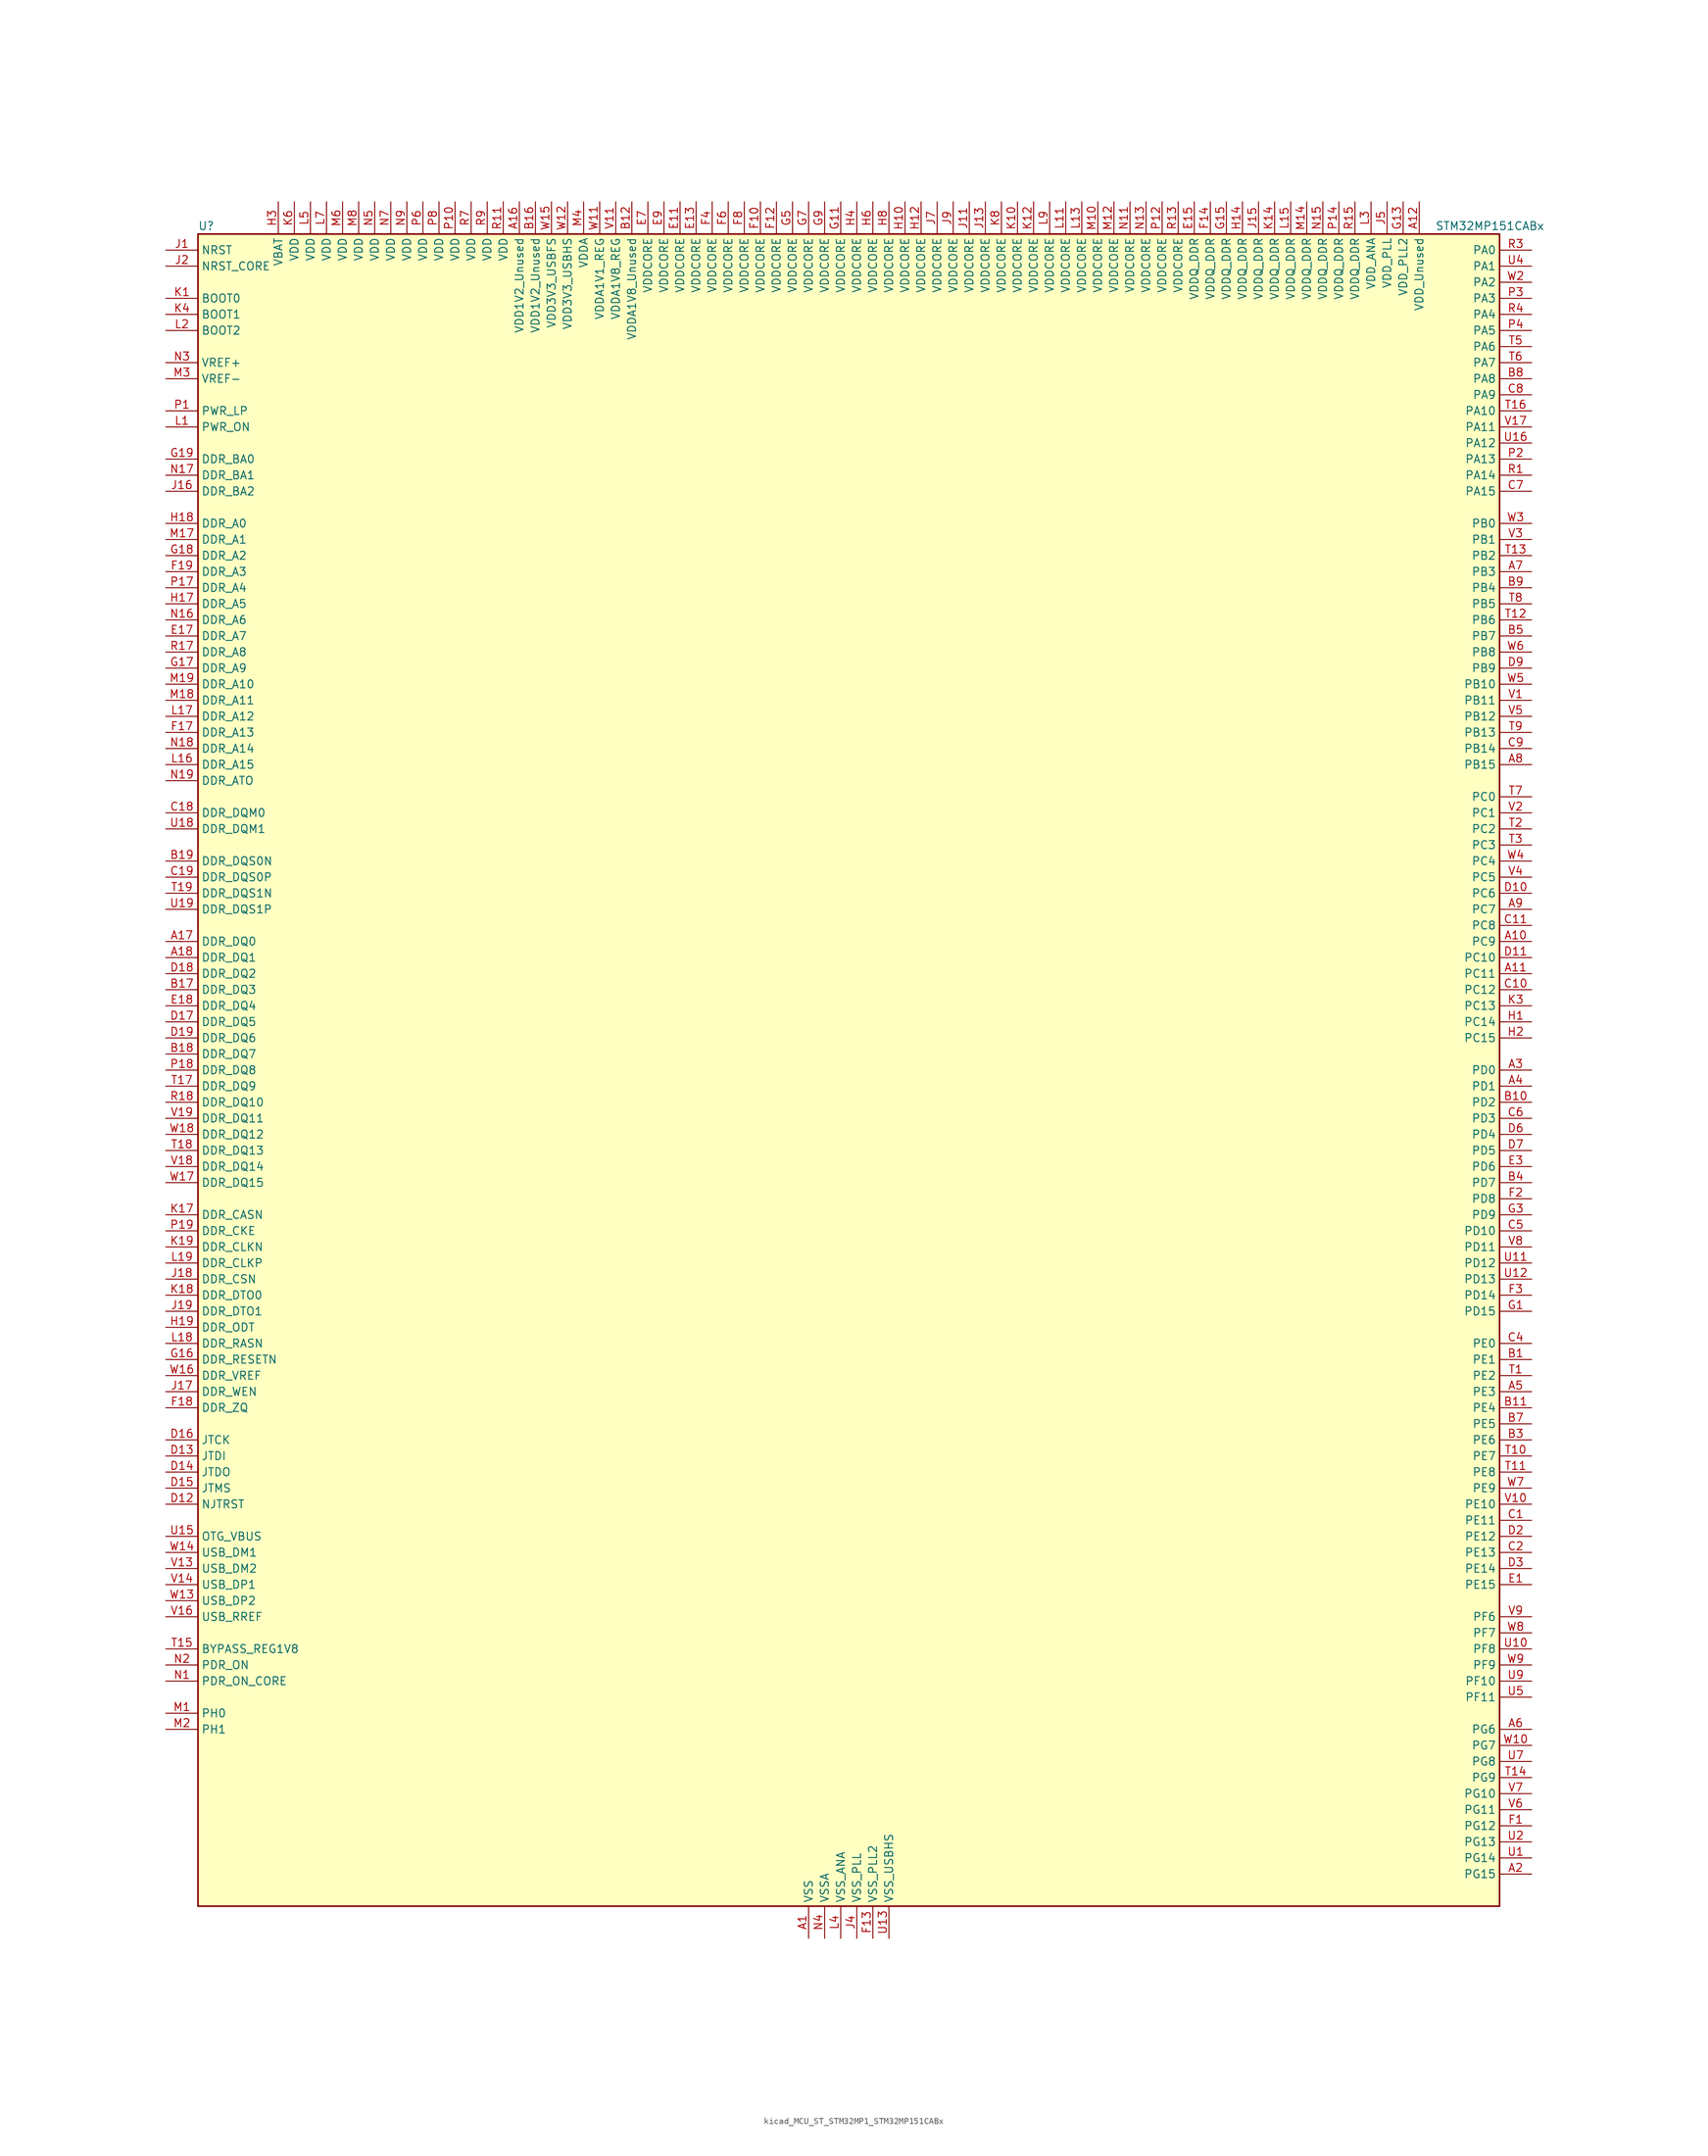
<source format=kicad_sym>
(kicad_symbol_lib
  (version 20220914)
  (generator kicad_symbol_editor)
  (symbol "kicad_MCU_ST_STM32MP1_STM32MP151CABx"
    (property "Reference" "U"
      (at -101.6 133.35 0)
      (effects (font (size 1.27 1.27)) (justify left)))
    (property "Value" "STM32MP151CABx"
      (at 93.98 133.35 0)
      (effects (font (size 1.27 1.27)) (justify left)))
    (property "ki_locked" ""
      (at 0 0 0)
      (effects (font (size 1.27 1.27))))
    (symbol "kicad_MCU_ST_STM32MP1_STM32MP151CABx_0_1"
      (rectangle (start -101.6 -132.08) (end 104.14 132.08) (stroke (width 0.254) (type default)) (fill (type background))))
    (symbol "kicad_MCU_ST_STM32MP1_STM32MP151CABx_1_1"
      (pin power_in line (at -5.08 -137.16 90) (length 5.08) (name "VSS" (effects (font (size 1.27 1.27)))) (number "A1" (effects (font (size 1.27 1.27)))))
      (pin bidirectional line (at 109.22 20.32 180) (length 5.08) (name "PC9" (effects (font (size 1.27 1.27)))) (number "A10" (effects (font (size 1.27 1.27)))) (alternate "DAC1_EXTI9" bidirectional line) (alternate "DCMI_D3" bidirectional line) (alternate "DEBUG_TRACED1" bidirectional line) (alternate "I2C3_SDA" bidirectional line) (alternate "I2S_CKIN" bidirectional line) (alternate "LTDC_B2" bidirectional line) (alternate "QUADSPI_BK1_IO0" bidirectional line) (alternate "SDMMC1_D1" bidirectional line) (alternate "TIM3_CH4" bidirectional line) (alternate "TIM8_CH4" bidirectional line) (alternate "UART5_CTS" bidirectional line))
      (pin bidirectional line (at 109.22 15.24 180) (length 5.08) (name "PC11" (effects (font (size 1.27 1.27)))) (number "A11" (effects (font (size 1.27 1.27)))) (alternate "ADC1_EXTI11" bidirectional line) (alternate "ADC2_EXTI11" bidirectional line) (alternate "DCMI_D4" bidirectional line) (alternate "DEBUG_TRACED3" bidirectional line) (alternate "DFSDM1_DATIN5" bidirectional line) (alternate "I2S3_SDI" bidirectional line) (alternate "QUADSPI_BK2_NCS" bidirectional line) (alternate "SAI4_SCK_B" bidirectional line) (alternate "SDMMC1_D3" bidirectional line) (alternate "SPI3_MISO" bidirectional line) (alternate "UART4_RX" bidirectional line) (alternate "USART3_RX" bidirectional line))
      (pin power_in line (at 91.44 137.16 270) (length 5.08) (name "VDD_Unused" (effects (font (size 1.27 1.27)))) (number "A12" (effects (font (size 1.27 1.27)))))
      (pin no_connect line (at -101.6 -132.08 0) (length 5.08) hide (name "DNU" (effects (font (size 1.27 1.27)))) (number "A13" (effects (font (size 1.27 1.27)))))
      (pin no_connect line (at -101.6 -129.54 0) (length 5.08) hide (name "DNU" (effects (font (size 1.27 1.27)))) (number "A14" (effects (font (size 1.27 1.27)))))
      (pin no_connect line (at -101.6 -127 0) (length 5.08) hide (name "DNU" (effects (font (size 1.27 1.27)))) (number "A15" (effects (font (size 1.27 1.27)))))
      (pin power_in line (at -50.8 137.16 270) (length 5.08) (name "VDD1V2_Unused" (effects (font (size 1.27 1.27)))) (number "A16" (effects (font (size 1.27 1.27)))))
      (pin bidirectional line (at -106.68 20.32 0) (length 5.08) (name "DDR_DQ0" (effects (font (size 1.27 1.27)))) (number "A17" (effects (font (size 1.27 1.27)))) (alternate "DDR_DQ0" bidirectional line))
      (pin bidirectional line (at -106.68 17.78 0) (length 5.08) (name "DDR_DQ1" (effects (font (size 1.27 1.27)))) (number "A18" (effects (font (size 1.27 1.27)))) (alternate "DDR_DQ1" bidirectional line))
      (pin passive line (at -5.08 -137.16 90) (length 5.08) hide (name "VSS" (effects (font (size 1.27 1.27)))) (number "A19" (effects (font (size 1.27 1.27)))))
      (pin bidirectional line (at 109.22 -127 180) (length 5.08) (name "PG15" (effects (font (size 1.27 1.27)))) (number "A2" (effects (font (size 1.27 1.27)))) (alternate "ADC1_EXTI15" bidirectional line) (alternate "ADC2_EXTI15" bidirectional line) (alternate "DCMI_D13" bidirectional line) (alternate "DEBUG_TRACED7" bidirectional line) (alternate "I2C2_SDA" bidirectional line) (alternate "SAI1_D2" bidirectional line) (alternate "SAI1_FS_A" bidirectional line) (alternate "SDMMC3_CK" bidirectional line) (alternate "USART6_CTS" bidirectional line) (alternate "USART6_NSS" bidirectional line))
      (pin bidirectional line (at 109.22 0 180) (length 5.08) (name "PD0" (effects (font (size 1.27 1.27)))) (number "A3" (effects (font (size 1.27 1.27)))) (alternate "DFSDM1_CKIN6" bidirectional line) (alternate "DFSDM1_DATIN7" bidirectional line) (alternate "FMC_D2" bidirectional line) (alternate "FMC_DA2" bidirectional line) (alternate "I2C5_SDA" bidirectional line) (alternate "I2C6_SDA" bidirectional line) (alternate "SAI3_SCK_A" bidirectional line) (alternate "SDMMC3_CMD" bidirectional line) (alternate "UART4_RX" bidirectional line))
      (pin bidirectional line (at 109.22 -2.54 180) (length 5.08) (name "PD1" (effects (font (size 1.27 1.27)))) (number "A4" (effects (font (size 1.27 1.27)))) (alternate "DFSDM1_CKIN7" bidirectional line) (alternate "DFSDM1_DATIN6" bidirectional line) (alternate "FMC_D3" bidirectional line) (alternate "FMC_DA3" bidirectional line) (alternate "I2C5_SCL" bidirectional line) (alternate "I2C6_SCL" bidirectional line) (alternate "SAI3_SD_A" bidirectional line) (alternate "SDMMC3_D0" bidirectional line) (alternate "UART4_TX" bidirectional line))
      (pin bidirectional line (at 109.22 -50.8 180) (length 5.08) (name "PE3" (effects (font (size 1.27 1.27)))) (number "A5" (effects (font (size 1.27 1.27)))) (alternate "DEBUG_TRACED0" bidirectional line) (alternate "FMC_A19" bidirectional line) (alternate "SAI1_SD_B" bidirectional line) (alternate "SDMMC2_CK" bidirectional line) (alternate "TIM15_BKIN" bidirectional line))
      (pin bidirectional line (at 109.22 -104.14 180) (length 5.08) (name "PG6" (effects (font (size 1.27 1.27)))) (number "A6" (effects (font (size 1.27 1.27)))) (alternate "DCMI_D12" bidirectional line) (alternate "DEBUG_TRACED14" bidirectional line) (alternate "LTDC_R7" bidirectional line) (alternate "SDMMC2_CMD" bidirectional line) (alternate "TIM17_BKIN" bidirectional line))
      (pin bidirectional line (at 109.22 78.74 180) (length 5.08) (name "PB3" (effects (font (size 1.27 1.27)))) (number "A7" (effects (font (size 1.27 1.27)))) (alternate "DEBUG_TRACED9" bidirectional line) (alternate "I2S1_CK" bidirectional line) (alternate "I2S3_CK" bidirectional line) (alternate "SAI4_CK1" bidirectional line) (alternate "SAI4_MCLK_A" bidirectional line) (alternate "SDMMC2_D2" bidirectional line) (alternate "SPI1_SCK" bidirectional line) (alternate "SPI3_SCK" bidirectional line) (alternate "SPI6_SCK" bidirectional line) (alternate "TIM2_CH2" bidirectional line) (alternate "UART7_RX" bidirectional line))
      (pin bidirectional line (at 109.22 48.26 180) (length 5.08) (name "PB15" (effects (font (size 1.27 1.27)))) (number "A8" (effects (font (size 1.27 1.27)))) (alternate "ADC1_EXTI15" bidirectional line) (alternate "ADC2_EXTI15" bidirectional line) (alternate "DFSDM1_CKIN2" bidirectional line) (alternate "I2S2_SDO" bidirectional line) (alternate "RTC_REFIN" bidirectional line) (alternate "SDMMC2_D1" bidirectional line) (alternate "SPI2_MOSI" bidirectional line) (alternate "TIM12_CH2" bidirectional line) (alternate "TIM1_CH3N" bidirectional line) (alternate "TIM8_CH3N" bidirectional line) (alternate "USART1_RX" bidirectional line))
      (pin bidirectional line (at 109.22 25.4 180) (length 5.08) (name "PC7" (effects (font (size 1.27 1.27)))) (number "A9" (effects (font (size 1.27 1.27)))) (alternate "DCMI_D1" bidirectional line) (alternate "DFSDM1_DATIN3" bidirectional line) (alternate "HDP_HDP4" bidirectional line) (alternate "I2S3_MCK" bidirectional line) (alternate "LTDC_G6" bidirectional line) (alternate "SDMMC1_D123DIR" bidirectional line) (alternate "SDMMC1_D7" bidirectional line) (alternate "SDMMC2_D123DIR" bidirectional line) (alternate "SDMMC2_D7" bidirectional line) (alternate "TIM3_CH2" bidirectional line) (alternate "TIM8_CH2" bidirectional line) (alternate "USART6_RX" bidirectional line))
      (pin bidirectional line (at 109.22 -45.72 180) (length 5.08) (name "PE1" (effects (font (size 1.27 1.27)))) (number "B1" (effects (font (size 1.27 1.27)))) (alternate "DCMI_D3" bidirectional line) (alternate "FMC_NBL1" bidirectional line) (alternate "I2S2_MCK" bidirectional line) (alternate "LPTIM1_IN2" bidirectional line) (alternate "SAI3_SD_B" bidirectional line) (alternate "UART8_TX" bidirectional line))
      (pin bidirectional line (at 109.22 -5.08 180) (length 5.08) (name "PD2" (effects (font (size 1.27 1.27)))) (number "B10" (effects (font (size 1.27 1.27)))) (alternate "DCMI_D11" bidirectional line) (alternate "I2C5_SMBA" bidirectional line) (alternate "SDMMC1_CMD" bidirectional line) (alternate "TIM3_ETR" bidirectional line) (alternate "UART4_RX" bidirectional line) (alternate "UART5_RX" bidirectional line))
      (pin bidirectional line (at 109.22 -53.34 180) (length 5.08) (name "PE4" (effects (font (size 1.27 1.27)))) (number "B11" (effects (font (size 1.27 1.27)))) (alternate "DCMI_D4" bidirectional line) (alternate "DEBUG_TRACED1" bidirectional line) (alternate "DFSDM1_DATIN3" bidirectional line) (alternate "FMC_A20" bidirectional line) (alternate "LTDC_B0" bidirectional line) (alternate "SAI1_D2" bidirectional line) (alternate "SAI1_FS_A" bidirectional line) (alternate "SDMMC1_CKIN" bidirectional line) (alternate "SDMMC1_D4" bidirectional line) (alternate "SDMMC2_CKIN" bidirectional line) (alternate "SDMMC2_D4" bidirectional line) (alternate "SPI4_NSS" bidirectional line) (alternate "TIM15_CH1N" bidirectional line))
      (pin power_in line (at -33.02 137.16 270) (length 5.08) (name "VDDA1V8_Unused" (effects (font (size 1.27 1.27)))) (number "B12" (effects (font (size 1.27 1.27)))))
      (pin no_connect line (at -101.6 -124.46 0) (length 5.08) hide (name "DNU" (effects (font (size 1.27 1.27)))) (number "B13" (effects (font (size 1.27 1.27)))))
      (pin no_connect line (at -101.6 -121.92 0) (length 5.08) hide (name "DNU" (effects (font (size 1.27 1.27)))) (number "B14" (effects (font (size 1.27 1.27)))))
      (pin no_connect line (at -101.6 -119.38 0) (length 5.08) hide (name "DNU" (effects (font (size 1.27 1.27)))) (number "B15" (effects (font (size 1.27 1.27)))))
      (pin power_in line (at -48.26 137.16 270) (length 5.08) (name "VDD1V2_Unused" (effects (font (size 1.27 1.27)))) (number "B16" (effects (font (size 1.27 1.27)))))
      (pin bidirectional line (at -106.68 12.7 0) (length 5.08) (name "DDR_DQ3" (effects (font (size 1.27 1.27)))) (number "B17" (effects (font (size 1.27 1.27)))) (alternate "DDR_DQ3" bidirectional line))
      (pin bidirectional line (at -106.68 2.54 0) (length 5.08) (name "DDR_DQ7" (effects (font (size 1.27 1.27)))) (number "B18" (effects (font (size 1.27 1.27)))) (alternate "DDR_DQ7" bidirectional line))
      (pin bidirectional line (at -106.68 33.02 0) (length 5.08) (name "DDR_DQS0N" (effects (font (size 1.27 1.27)))) (number "B19" (effects (font (size 1.27 1.27)))) (alternate "DDR_DQS0N" bidirectional line))
      (pin passive line (at -5.08 -137.16 90) (length 5.08) hide (name "VSS" (effects (font (size 1.27 1.27)))) (number "B2" (effects (font (size 1.27 1.27)))))
      (pin bidirectional line (at 109.22 -58.42 180) (length 5.08) (name "PE6" (effects (font (size 1.27 1.27)))) (number "B3" (effects (font (size 1.27 1.27)))) (alternate "DCMI_D7" bidirectional line) (alternate "DEBUG_TRACED2" bidirectional line) (alternate "FMC_A22" bidirectional line) (alternate "LTDC_G1" bidirectional line) (alternate "SAI1_D1" bidirectional line) (alternate "SAI1_SD_A" bidirectional line) (alternate "SAI2_MCLK_B" bidirectional line) (alternate "SDMMC1_D2" bidirectional line) (alternate "SDMMC2_D0" bidirectional line) (alternate "SPI4_MOSI" bidirectional line) (alternate "TIM15_CH2" bidirectional line) (alternate "TIM1_BKIN2" bidirectional line))
      (pin bidirectional line (at 109.22 -17.78 180) (length 5.08) (name "PD7" (effects (font (size 1.27 1.27)))) (number "B4" (effects (font (size 1.27 1.27)))) (alternate "DEBUG_TRACED6" bidirectional line) (alternate "DFSDM1_CKIN1" bidirectional line) (alternate "DFSDM1_DATIN4" bidirectional line) (alternate "FMC_NE1" bidirectional line) (alternate "I2C2_SCL" bidirectional line) (alternate "SDMMC3_D3" bidirectional line) (alternate "SPDIFRX_IN0" bidirectional line) (alternate "USART2_CK" bidirectional line))
      (pin bidirectional line (at 109.22 68.58 180) (length 5.08) (name "PB7" (effects (font (size 1.27 1.27)))) (number "B5" (effects (font (size 1.27 1.27)))) (alternate "DCMI_VSYNC" bidirectional line) (alternate "DFSDM1_CKIN5" bidirectional line) (alternate "FMC_NL" bidirectional line) (alternate "I2C1_SDA" bidirectional line) (alternate "I2C4_SDA" bidirectional line) (alternate "SDMMC2_D1" bidirectional line) (alternate "TIM17_CH1N" bidirectional line) (alternate "TIM4_CH2" bidirectional line) (alternate "USART1_RX" bidirectional line))
      (pin passive line (at -5.08 -137.16 90) (length 5.08) hide (name "VSS" (effects (font (size 1.27 1.27)))) (number "B6" (effects (font (size 1.27 1.27)))))
      (pin bidirectional line (at 109.22 -55.88 180) (length 5.08) (name "PE5" (effects (font (size 1.27 1.27)))) (number "B7" (effects (font (size 1.27 1.27)))) (alternate "DCMI_D6" bidirectional line) (alternate "DEBUG_TRACED3" bidirectional line) (alternate "DFSDM1_CKIN3" bidirectional line) (alternate "FMC_A21" bidirectional line) (alternate "LTDC_G0" bidirectional line) (alternate "SAI1_CK2" bidirectional line) (alternate "SAI1_SCK_A" bidirectional line) (alternate "SDMMC1_D0DIR" bidirectional line) (alternate "SDMMC1_D6" bidirectional line) (alternate "SDMMC2_D0DIR" bidirectional line) (alternate "SDMMC2_D6" bidirectional line) (alternate "SPI4_MISO" bidirectional line) (alternate "TIM15_CH1" bidirectional line))
      (pin bidirectional line (at 109.22 109.22 180) (length 5.08) (name "PA8" (effects (font (size 1.27 1.27)))) (number "B8" (effects (font (size 1.27 1.27)))) (alternate "I2C3_SCL" bidirectional line) (alternate "I2S3_SDO" bidirectional line) (alternate "LTDC_R6" bidirectional line) (alternate "RCC_MCO_1" bidirectional line) (alternate "SAI4_SD_B" bidirectional line) (alternate "SDMMC2_CKIN" bidirectional line) (alternate "SDMMC2_D4" bidirectional line) (alternate "SPI3_MOSI" bidirectional line) (alternate "TIM1_CH1" bidirectional line) (alternate "TIM8_BKIN2" bidirectional line) (alternate "UART7_RX" bidirectional line) (alternate "USART1_CK" bidirectional line) (alternate "USB_OTG_HS_SOF" bidirectional line))
      (pin bidirectional line (at 109.22 76.2 180) (length 5.08) (name "PB4" (effects (font (size 1.27 1.27)))) (number "B9" (effects (font (size 1.27 1.27)))) (alternate "DEBUG_TRACED8" bidirectional line) (alternate "I2S1_SDI" bidirectional line) (alternate "I2S2_WS" bidirectional line) (alternate "I2S3_SDI" bidirectional line) (alternate "SAI4_CK2" bidirectional line) (alternate "SAI4_SCK_A" bidirectional line) (alternate "SDMMC2_D3" bidirectional line) (alternate "SPI1_MISO" bidirectional line) (alternate "SPI2_NSS" bidirectional line) (alternate "SPI3_MISO" bidirectional line) (alternate "SPI6_MISO" bidirectional line) (alternate "TIM16_BKIN" bidirectional line) (alternate "TIM3_CH1" bidirectional line) (alternate "UART7_TX" bidirectional line))
      (pin bidirectional line (at 109.22 -71.12 180) (length 5.08) (name "PE11" (effects (font (size 1.27 1.27)))) (number "C1" (effects (font (size 1.27 1.27)))) (alternate "ADC1_EXTI11" bidirectional line) (alternate "ADC2_EXTI11" bidirectional line) (alternate "DCMI_D4" bidirectional line) (alternate "DFSDM1_CKIN4" bidirectional line) (alternate "FMC_D8" bidirectional line) (alternate "FMC_DA8" bidirectional line) (alternate "LTDC_G3" bidirectional line) (alternate "SAI2_SD_B" bidirectional line) (alternate "SPI4_NSS" bidirectional line) (alternate "TIM1_CH2" bidirectional line) (alternate "USART6_CK" bidirectional line))
      (pin bidirectional line (at 109.22 12.7 180) (length 5.08) (name "PC12" (effects (font (size 1.27 1.27)))) (number "C10" (effects (font (size 1.27 1.27)))) (alternate "DCMI_D9" bidirectional line) (alternate "DEBUG_TRACECLK" bidirectional line) (alternate "I2S3_SDO" bidirectional line) (alternate "RCC_MCO_2" bidirectional line) (alternate "SAI4_D3" bidirectional line) (alternate "SAI4_SD_B" bidirectional line) (alternate "SDMMC1_CK" bidirectional line) (alternate "SPI3_MOSI" bidirectional line) (alternate "UART5_TX" bidirectional line) (alternate "USART3_CK" bidirectional line))
      (pin bidirectional line (at 109.22 22.86 180) (length 5.08) (name "PC8" (effects (font (size 1.27 1.27)))) (number "C11" (effects (font (size 1.27 1.27)))) (alternate "DCMI_D2" bidirectional line) (alternate "DEBUG_TRACED0" bidirectional line) (alternate "SDMMC1_D0" bidirectional line) (alternate "TIM3_CH3" bidirectional line) (alternate "TIM8_CH3" bidirectional line) (alternate "UART4_TX" bidirectional line) (alternate "UART5_DE" bidirectional line) (alternate "UART5_RTS" bidirectional line) (alternate "USART6_CK" bidirectional line))
      (pin passive line (at -5.08 -137.16 90) (length 5.08) hide (name "VSS" (effects (font (size 1.27 1.27)))) (number "C12" (effects (font (size 1.27 1.27)))))
      (pin passive line (at -5.08 -137.16 90) (length 5.08) hide (name "VSS" (effects (font (size 1.27 1.27)))) (number "C13" (effects (font (size 1.27 1.27)))))
      (pin passive line (at -5.08 -137.16 90) (length 5.08) hide (name "VSS" (effects (font (size 1.27 1.27)))) (number "C14" (effects (font (size 1.27 1.27)))))
      (pin passive line (at -5.08 -137.16 90) (length 5.08) hide (name "VSS" (effects (font (size 1.27 1.27)))) (number "C15" (effects (font (size 1.27 1.27)))))
      (pin passive line (at -5.08 -137.16 90) (length 5.08) hide (name "VSS" (effects (font (size 1.27 1.27)))) (number "C16" (effects (font (size 1.27 1.27)))))
      (pin passive line (at -5.08 -137.16 90) (length 5.08) hide (name "VSS" (effects (font (size 1.27 1.27)))) (number "C17" (effects (font (size 1.27 1.27)))))
      (pin bidirectional line (at -106.68 40.64 0) (length 5.08) (name "DDR_DQM0" (effects (font (size 1.27 1.27)))) (number "C18" (effects (font (size 1.27 1.27)))) (alternate "DDR_DQM0" bidirectional line))
      (pin bidirectional line (at -106.68 30.48 0) (length 5.08) (name "DDR_DQS0P" (effects (font (size 1.27 1.27)))) (number "C19" (effects (font (size 1.27 1.27)))) (alternate "DDR_DQS0P" bidirectional line))
      (pin bidirectional line (at 109.22 -76.2 180) (length 5.08) (name "PE13" (effects (font (size 1.27 1.27)))) (number "C2" (effects (font (size 1.27 1.27)))) (alternate "DCMI_D6" bidirectional line) (alternate "DFSDM1_CKIN5" bidirectional line) (alternate "FMC_D10" bidirectional line) (alternate "FMC_DA10" bidirectional line) (alternate "HDP_HDP2" bidirectional line) (alternate "LTDC_DE" bidirectional line) (alternate "SAI2_FS_B" bidirectional line) (alternate "SPI4_MISO" bidirectional line) (alternate "TIM1_CH3" bidirectional line))
      (pin passive line (at -5.08 -137.16 90) (length 5.08) hide (name "VSS" (effects (font (size 1.27 1.27)))) (number "C3" (effects (font (size 1.27 1.27)))))
      (pin bidirectional line (at 109.22 -43.18 180) (length 5.08) (name "PE0" (effects (font (size 1.27 1.27)))) (number "C4" (effects (font (size 1.27 1.27)))) (alternate "DCMI_D2" bidirectional line) (alternate "FMC_NBL0" bidirectional line) (alternate "I2S3_CK" bidirectional line) (alternate "LPTIM1_ETR" bidirectional line) (alternate "LPTIM2_ETR" bidirectional line) (alternate "SAI2_MCLK_A" bidirectional line) (alternate "SAI4_MCLK_B" bidirectional line) (alternate "SPI3_SCK" bidirectional line) (alternate "TIM4_ETR" bidirectional line) (alternate "UART8_RX" bidirectional line))
      (pin bidirectional line (at 109.22 -25.4 180) (length 5.08) (name "PD10" (effects (font (size 1.27 1.27)))) (number "C5" (effects (font (size 1.27 1.27)))) (alternate "DFSDM1_CKOUT" bidirectional line) (alternate "FMC_D15" bidirectional line) (alternate "FMC_DA15" bidirectional line) (alternate "I2C5_SMBA" bidirectional line) (alternate "I2S3_SDI" bidirectional line) (alternate "LTDC_B3" bidirectional line) (alternate "RTC_REFIN" bidirectional line) (alternate "SAI3_FS_B" bidirectional line) (alternate "SPI3_MISO" bidirectional line) (alternate "TIM16_BKIN" bidirectional line) (alternate "USART3_CK" bidirectional line))
      (pin bidirectional line (at 109.22 -7.62 180) (length 5.08) (name "PD3" (effects (font (size 1.27 1.27)))) (number "C6" (effects (font (size 1.27 1.27)))) (alternate "DCMI_D5" bidirectional line) (alternate "DFSDM1_CKOUT" bidirectional line) (alternate "DFSDM1_DATIN0" bidirectional line) (alternate "FMC_CLK" bidirectional line) (alternate "HDP_HDP5" bidirectional line) (alternate "I2S2_CK" bidirectional line) (alternate "LTDC_G7" bidirectional line) (alternate "SDMMC1_D123DIR" bidirectional line) (alternate "SDMMC1_D7" bidirectional line) (alternate "SDMMC2_D123DIR" bidirectional line) (alternate "SDMMC2_D7" bidirectional line) (alternate "SPI2_SCK" bidirectional line) (alternate "USART2_CTS" bidirectional line) (alternate "USART2_NSS" bidirectional line))
      (pin bidirectional line (at 109.22 91.44 180) (length 5.08) (name "PA15" (effects (font (size 1.27 1.27)))) (number "C7" (effects (font (size 1.27 1.27)))) (alternate "ADC1_EXTI15" bidirectional line) (alternate "ADC2_EXTI15" bidirectional line) (alternate "CEC" bidirectional line) (alternate "DEBUG_DBTRGI" bidirectional line) (alternate "I2S1_WS" bidirectional line) (alternate "I2S3_WS" bidirectional line) (alternate "LTDC_R1" bidirectional line) (alternate "SAI4_D2" bidirectional line) (alternate "SAI4_FS_A" bidirectional line) (alternate "SDMMC1_CDIR" bidirectional line) (alternate "SDMMC1_D5" bidirectional line) (alternate "SDMMC2_CDIR" bidirectional line) (alternate "SDMMC2_D5" bidirectional line) (alternate "SPI1_NSS" bidirectional line) (alternate "SPI3_NSS" bidirectional line) (alternate "SPI6_NSS" bidirectional line) (alternate "TIM2_CH1" bidirectional line) (alternate "TIM2_ETR" bidirectional line) (alternate "UART4_DE" bidirectional line) (alternate "UART4_RTS" bidirectional line) (alternate "UART7_TX" bidirectional line))
      (pin bidirectional line (at 109.22 106.68 180) (length 5.08) (name "PA9" (effects (font (size 1.27 1.27)))) (number "C8" (effects (font (size 1.27 1.27)))) (alternate "DAC1_EXTI9" bidirectional line) (alternate "DCMI_D0" bidirectional line) (alternate "I2C3_SMBA" bidirectional line) (alternate "I2S2_CK" bidirectional line) (alternate "LTDC_R5" bidirectional line) (alternate "SDMMC2_CDIR" bidirectional line) (alternate "SDMMC2_D5" bidirectional line) (alternate "SPI2_SCK" bidirectional line) (alternate "TIM1_CH2" bidirectional line) (alternate "USART1_TX" bidirectional line))
      (pin bidirectional line (at 109.22 50.8 180) (length 5.08) (name "PB14" (effects (font (size 1.27 1.27)))) (number "C9" (effects (font (size 1.27 1.27)))) (alternate "DFSDM1_DATIN2" bidirectional line) (alternate "I2S2_SDI" bidirectional line) (alternate "SDMMC2_D0" bidirectional line) (alternate "SPI2_MISO" bidirectional line) (alternate "TIM12_CH1" bidirectional line) (alternate "TIM1_CH2N" bidirectional line) (alternate "TIM8_CH2N" bidirectional line) (alternate "USART1_TX" bidirectional line) (alternate "USART3_DE" bidirectional line) (alternate "USART3_RTS" bidirectional line))
      (pin passive line (at -5.08 -137.16 90) (length 5.08) hide (name "VSS" (effects (font (size 1.27 1.27)))) (number "D1" (effects (font (size 1.27 1.27)))))
      (pin bidirectional line (at 109.22 27.94 180) (length 5.08) (name "PC6" (effects (font (size 1.27 1.27)))) (number "D10" (effects (font (size 1.27 1.27)))) (alternate "DCMI_D0" bidirectional line) (alternate "DFSDM1_CKIN3" bidirectional line) (alternate "HDP_HDP1" bidirectional line) (alternate "I2S2_MCK" bidirectional line) (alternate "LTDC_HSYNC" bidirectional line) (alternate "SDMMC1_D0DIR" bidirectional line) (alternate "SDMMC1_D6" bidirectional line) (alternate "SDMMC2_D0DIR" bidirectional line) (alternate "SDMMC2_D6" bidirectional line) (alternate "TIM3_CH1" bidirectional line) (alternate "TIM8_CH1" bidirectional line) (alternate "USART6_TX" bidirectional line))
      (pin bidirectional line (at 109.22 17.78 180) (length 5.08) (name "PC10" (effects (font (size 1.27 1.27)))) (number "D11" (effects (font (size 1.27 1.27)))) (alternate "DCMI_D8" bidirectional line) (alternate "DEBUG_TRACED2" bidirectional line) (alternate "DFSDM1_CKIN5" bidirectional line) (alternate "I2S3_CK" bidirectional line) (alternate "LTDC_R2" bidirectional line) (alternate "QUADSPI_BK1_IO1" bidirectional line) (alternate "SAI4_MCLK_B" bidirectional line) (alternate "SDMMC1_D2" bidirectional line) (alternate "SPI3_SCK" bidirectional line) (alternate "UART4_TX" bidirectional line) (alternate "USART3_TX" bidirectional line))
      (pin bidirectional line (at -106.68 -68.58 0) (length 5.08) (name "NJTRST" (effects (font (size 1.27 1.27)))) (number "D12" (effects (font (size 1.27 1.27)))) (alternate "DEBUG_JTRST" bidirectional line))
      (pin bidirectional line (at -106.68 -60.96 0) (length 5.08) (name "JTDI" (effects (font (size 1.27 1.27)))) (number "D13" (effects (font (size 1.27 1.27)))) (alternate "DEBUG_JTDI" bidirectional line))
      (pin bidirectional line (at -106.68 -63.5 0) (length 5.08) (name "JTDO" (effects (font (size 1.27 1.27)))) (number "D14" (effects (font (size 1.27 1.27)))) (alternate "DEBUG_JTDO-SWO" bidirectional line))
      (pin bidirectional line (at -106.68 -66.04 0) (length 5.08) (name "JTMS" (effects (font (size 1.27 1.27)))) (number "D15" (effects (font (size 1.27 1.27)))) (alternate "DEBUG_JTMS-SWDIO" bidirectional line))
      (pin bidirectional line (at -106.68 -58.42 0) (length 5.08) (name "JTCK" (effects (font (size 1.27 1.27)))) (number "D16" (effects (font (size 1.27 1.27)))) (alternate "DEBUG_JTCK-SWCLK" bidirectional line))
      (pin bidirectional line (at -106.68 7.62 0) (length 5.08) (name "DDR_DQ5" (effects (font (size 1.27 1.27)))) (number "D17" (effects (font (size 1.27 1.27)))) (alternate "DDR_DQ5" bidirectional line))
      (pin bidirectional line (at -106.68 15.24 0) (length 5.08) (name "DDR_DQ2" (effects (font (size 1.27 1.27)))) (number "D18" (effects (font (size 1.27 1.27)))) (alternate "DDR_DQ2" bidirectional line))
      (pin bidirectional line (at -106.68 5.08 0) (length 5.08) (name "DDR_DQ6" (effects (font (size 1.27 1.27)))) (number "D19" (effects (font (size 1.27 1.27)))) (alternate "DDR_DQ6" bidirectional line))
      (pin bidirectional line (at 109.22 -73.66 180) (length 5.08) (name "PE12" (effects (font (size 1.27 1.27)))) (number "D2" (effects (font (size 1.27 1.27)))) (alternate "DFSDM1_DATIN5" bidirectional line) (alternate "FMC_D9" bidirectional line) (alternate "FMC_DA9" bidirectional line) (alternate "LTDC_B4" bidirectional line) (alternate "SAI2_SCK_B" bidirectional line) (alternate "SDMMC1_D0DIR" bidirectional line) (alternate "SPI4_SCK" bidirectional line) (alternate "TIM1_CH3N" bidirectional line))
      (pin bidirectional line (at 109.22 -78.74 180) (length 5.08) (name "PE14" (effects (font (size 1.27 1.27)))) (number "D3" (effects (font (size 1.27 1.27)))) (alternate "FMC_D11" bidirectional line) (alternate "FMC_DA11" bidirectional line) (alternate "LTDC_CLK" bidirectional line) (alternate "LTDC_G0" bidirectional line) (alternate "SAI2_MCLK_B" bidirectional line) (alternate "SDMMC1_D123DIR" bidirectional line) (alternate "SPI4_MOSI" bidirectional line) (alternate "TIM1_CH4" bidirectional line) (alternate "UART8_DE" bidirectional line) (alternate "UART8_RTS" bidirectional line))
      (pin passive line (at -5.08 -137.16 90) (length 5.08) hide (name "VSS" (effects (font (size 1.27 1.27)))) (number "D4" (effects (font (size 1.27 1.27)))))
      (pin passive line (at -5.08 -137.16 90) (length 5.08) hide (name "VSS" (effects (font (size 1.27 1.27)))) (number "D5" (effects (font (size 1.27 1.27)))))
      (pin bidirectional line (at 109.22 -10.16 180) (length 5.08) (name "PD4" (effects (font (size 1.27 1.27)))) (number "D6" (effects (font (size 1.27 1.27)))) (alternate "DFSDM1_CKIN0" bidirectional line) (alternate "FMC_NOE" bidirectional line) (alternate "SAI3_FS_A" bidirectional line) (alternate "SDMMC3_D1" bidirectional line) (alternate "USART2_DE" bidirectional line) (alternate "USART2_RTS" bidirectional line))
      (pin bidirectional line (at 109.22 -12.7 180) (length 5.08) (name "PD5" (effects (font (size 1.27 1.27)))) (number "D7" (effects (font (size 1.27 1.27)))) (alternate "FMC_NWE" bidirectional line) (alternate "SDMMC3_D2" bidirectional line) (alternate "USART2_TX" bidirectional line))
      (pin passive line (at -5.08 -137.16 90) (length 5.08) hide (name "VSS" (effects (font (size 1.27 1.27)))) (number "D8" (effects (font (size 1.27 1.27)))))
      (pin bidirectional line (at 109.22 63.5 180) (length 5.08) (name "PB9" (effects (font (size 1.27 1.27)))) (number "D9" (effects (font (size 1.27 1.27)))) (alternate "DAC1_EXTI9" bidirectional line) (alternate "DCMI_D7" bidirectional line) (alternate "DFSDM1_DATIN7" bidirectional line) (alternate "HDP_HDP7" bidirectional line) (alternate "I2C1_SDA" bidirectional line) (alternate "I2C4_SDA" bidirectional line) (alternate "I2S2_WS" bidirectional line) (alternate "LTDC_B7" bidirectional line) (alternate "SDMMC1_CDIR" bidirectional line) (alternate "SDMMC1_D5" bidirectional line) (alternate "SDMMC2_CDIR" bidirectional line) (alternate "SDMMC2_D5" bidirectional line) (alternate "SPI2_NSS" bidirectional line) (alternate "TIM17_CH1" bidirectional line) (alternate "TIM4_CH4" bidirectional line) (alternate "UART4_TX" bidirectional line))
      (pin bidirectional line (at 109.22 -81.28 180) (length 5.08) (name "PE15" (effects (font (size 1.27 1.27)))) (number "E1" (effects (font (size 1.27 1.27)))) (alternate "ADC1_EXTI15" bidirectional line) (alternate "ADC2_EXTI15" bidirectional line) (alternate "FMC_D12" bidirectional line) (alternate "FMC_DA12" bidirectional line) (alternate "FMC_NCE2" bidirectional line) (alternate "HDP_HDP3" bidirectional line) (alternate "LTDC_R7" bidirectional line) (alternate "TIM15_BKIN" bidirectional line) (alternate "TIM1_BKIN" bidirectional line) (alternate "UART8_CTS" bidirectional line) (alternate "USART2_CTS" bidirectional line) (alternate "USART2_NSS" bidirectional line))
      (pin passive line (at -5.08 -137.16 90) (length 5.08) hide (name "VSS" (effects (font (size 1.27 1.27)))) (number "E10" (effects (font (size 1.27 1.27)))))
      (pin power_in line (at -25.4 137.16 270) (length 5.08) (name "VDDCORE" (effects (font (size 1.27 1.27)))) (number "E11" (effects (font (size 1.27 1.27)))))
      (pin passive line (at -5.08 -137.16 90) (length 5.08) hide (name "VSS" (effects (font (size 1.27 1.27)))) (number "E12" (effects (font (size 1.27 1.27)))))
      (pin power_in line (at -22.86 137.16 270) (length 5.08) (name "VDDCORE" (effects (font (size 1.27 1.27)))) (number "E13" (effects (font (size 1.27 1.27)))))
      (pin passive line (at -5.08 -137.16 90) (length 5.08) hide (name "VSS" (effects (font (size 1.27 1.27)))) (number "E14" (effects (font (size 1.27 1.27)))))
      (pin power_in line (at 55.88 137.16 270) (length 5.08) (name "VDDQ_DDR" (effects (font (size 1.27 1.27)))) (number "E15" (effects (font (size 1.27 1.27)))))
      (pin passive line (at -5.08 -137.16 90) (length 5.08) hide (name "VSS" (effects (font (size 1.27 1.27)))) (number "E16" (effects (font (size 1.27 1.27)))))
      (pin bidirectional line (at -106.68 68.58 0) (length 5.08) (name "DDR_A7" (effects (font (size 1.27 1.27)))) (number "E17" (effects (font (size 1.27 1.27)))) (alternate "DDR_A7" bidirectional line))
      (pin bidirectional line (at -106.68 10.16 0) (length 5.08) (name "DDR_DQ4" (effects (font (size 1.27 1.27)))) (number "E18" (effects (font (size 1.27 1.27)))) (alternate "DDR_DQ4" bidirectional line))
      (pin passive line (at -5.08 -137.16 90) (length 5.08) hide (name "VSS" (effects (font (size 1.27 1.27)))) (number "E2" (effects (font (size 1.27 1.27)))))
      (pin bidirectional line (at 109.22 -15.24 180) (length 5.08) (name "PD6" (effects (font (size 1.27 1.27)))) (number "E3" (effects (font (size 1.27 1.27)))) (alternate "DCMI_D10" bidirectional line) (alternate "DFSDM1_CKIN4" bidirectional line) (alternate "DFSDM1_DATIN1" bidirectional line) (alternate "FMC_NWAIT" bidirectional line) (alternate "I2S3_SDO" bidirectional line) (alternate "LTDC_B2" bidirectional line) (alternate "SAI1_D1" bidirectional line) (alternate "SAI1_SD_A" bidirectional line) (alternate "SPI3_MOSI" bidirectional line) (alternate "TIM16_CH1N" bidirectional line) (alternate "USART2_RX" bidirectional line))
      (pin passive line (at -5.08 -137.16 90) (length 5.08) hide (name "VSS" (effects (font (size 1.27 1.27)))) (number "E4" (effects (font (size 1.27 1.27)))))
      (pin passive line (at -5.08 -137.16 90) (length 5.08) hide (name "VSS" (effects (font (size 1.27 1.27)))) (number "E5" (effects (font (size 1.27 1.27)))))
      (pin passive line (at -5.08 -137.16 90) (length 5.08) hide (name "VSS" (effects (font (size 1.27 1.27)))) (number "E6" (effects (font (size 1.27 1.27)))))
      (pin power_in line (at -30.48 137.16 270) (length 5.08) (name "VDDCORE" (effects (font (size 1.27 1.27)))) (number "E7" (effects (font (size 1.27 1.27)))))
      (pin passive line (at -5.08 -137.16 90) (length 5.08) hide (name "VSS" (effects (font (size 1.27 1.27)))) (number "E8" (effects (font (size 1.27 1.27)))))
      (pin power_in line (at -27.94 137.16 270) (length 5.08) (name "VDDCORE" (effects (font (size 1.27 1.27)))) (number "E9" (effects (font (size 1.27 1.27)))))
      (pin bidirectional line (at 109.22 -119.38 180) (length 5.08) (name "PG12" (effects (font (size 1.27 1.27)))) (number "F1" (effects (font (size 1.27 1.27)))) (alternate "ETH1_PHY_INTN" bidirectional line) (alternate "FMC_NE4" bidirectional line) (alternate "LPTIM1_IN1" bidirectional line) (alternate "LTDC_B1" bidirectional line) (alternate "LTDC_B4" bidirectional line) (alternate "SAI4_CK2" bidirectional line) (alternate "SAI4_SCK_A" bidirectional line) (alternate "SPDIFRX_IN1" bidirectional line) (alternate "SPI6_MISO" bidirectional line) (alternate "USART6_DE" bidirectional line) (alternate "USART6_RTS" bidirectional line))
      (pin power_in line (at -12.7 137.16 270) (length 5.08) (name "VDDCORE" (effects (font (size 1.27 1.27)))) (number "F10" (effects (font (size 1.27 1.27)))))
      (pin passive line (at -5.08 -137.16 90) (length 5.08) hide (name "VSS" (effects (font (size 1.27 1.27)))) (number "F11" (effects (font (size 1.27 1.27)))))
      (pin power_in line (at -10.16 137.16 270) (length 5.08) (name "VDDCORE" (effects (font (size 1.27 1.27)))) (number "F12" (effects (font (size 1.27 1.27)))))
      (pin power_in line (at 5.08 -137.16 90) (length 5.08) (name "VSS_PLL2" (effects (font (size 1.27 1.27)))) (number "F13" (effects (font (size 1.27 1.27)))))
      (pin power_in line (at 58.42 137.16 270) (length 5.08) (name "VDDQ_DDR" (effects (font (size 1.27 1.27)))) (number "F14" (effects (font (size 1.27 1.27)))))
      (pin passive line (at -5.08 -137.16 90) (length 5.08) hide (name "VSS" (effects (font (size 1.27 1.27)))) (number "F15" (effects (font (size 1.27 1.27)))))
      (pin bidirectional line (at -106.68 53.34 0) (length 5.08) (name "DDR_A13" (effects (font (size 1.27 1.27)))) (number "F17" (effects (font (size 1.27 1.27)))) (alternate "DDR_A13" bidirectional line))
      (pin bidirectional line (at -106.68 -53.34 0) (length 5.08) (name "DDR_ZQ" (effects (font (size 1.27 1.27)))) (number "F18" (effects (font (size 1.27 1.27)))) (alternate "DDR_ZQ" bidirectional line))
      (pin bidirectional line (at -106.68 78.74 0) (length 5.08) (name "DDR_A3" (effects (font (size 1.27 1.27)))) (number "F19" (effects (font (size 1.27 1.27)))) (alternate "DDR_A3" bidirectional line))
      (pin bidirectional line (at 109.22 -20.32 180) (length 5.08) (name "PD8" (effects (font (size 1.27 1.27)))) (number "F2" (effects (font (size 1.27 1.27)))) (alternate "DFSDM1_CKIN3" bidirectional line) (alternate "FMC_D13" bidirectional line) (alternate "FMC_DA13" bidirectional line) (alternate "LTDC_B7" bidirectional line) (alternate "SAI3_SCK_B" bidirectional line) (alternate "SPDIFRX_IN1" bidirectional line) (alternate "USART3_TX" bidirectional line))
      (pin bidirectional line (at 109.22 -35.56 180) (length 5.08) (name "PD14" (effects (font (size 1.27 1.27)))) (number "F3" (effects (font (size 1.27 1.27)))) (alternate "FMC_D0" bidirectional line) (alternate "FMC_DA0" bidirectional line) (alternate "SAI3_MCLK_B" bidirectional line) (alternate "TIM4_CH3" bidirectional line) (alternate "UART8_CTS" bidirectional line))
      (pin power_in line (at -20.32 137.16 270) (length 5.08) (name "VDDCORE" (effects (font (size 1.27 1.27)))) (number "F4" (effects (font (size 1.27 1.27)))))
      (pin passive line (at -5.08 -137.16 90) (length 5.08) hide (name "VSS" (effects (font (size 1.27 1.27)))) (number "F5" (effects (font (size 1.27 1.27)))))
      (pin power_in line (at -17.78 137.16 270) (length 5.08) (name "VDDCORE" (effects (font (size 1.27 1.27)))) (number "F6" (effects (font (size 1.27 1.27)))))
      (pin passive line (at -5.08 -137.16 90) (length 5.08) hide (name "VSS" (effects (font (size 1.27 1.27)))) (number "F7" (effects (font (size 1.27 1.27)))))
      (pin power_in line (at -15.24 137.16 270) (length 5.08) (name "VDDCORE" (effects (font (size 1.27 1.27)))) (number "F8" (effects (font (size 1.27 1.27)))))
      (pin passive line (at -5.08 -137.16 90) (length 5.08) hide (name "VSS" (effects (font (size 1.27 1.27)))) (number "F9" (effects (font (size 1.27 1.27)))))
      (pin bidirectional line (at 109.22 -38.1 180) (length 5.08) (name "PD15" (effects (font (size 1.27 1.27)))) (number "G1" (effects (font (size 1.27 1.27)))) (alternate "ADC1_EXTI15" bidirectional line) (alternate "ADC2_EXTI15" bidirectional line) (alternate "FMC_D1" bidirectional line) (alternate "FMC_DA1" bidirectional line) (alternate "LTDC_R1" bidirectional line) (alternate "SAI3_MCLK_A" bidirectional line) (alternate "TIM4_CH4" bidirectional line) (alternate "UART8_CTS" bidirectional line))
      (pin passive line (at -5.08 -137.16 90) (length 5.08) hide (name "VSS" (effects (font (size 1.27 1.27)))) (number "G10" (effects (font (size 1.27 1.27)))))
      (pin power_in line (at 0 137.16 270) (length 5.08) (name "VDDCORE" (effects (font (size 1.27 1.27)))) (number "G11" (effects (font (size 1.27 1.27)))))
      (pin passive line (at -5.08 -137.16 90) (length 5.08) hide (name "VSS" (effects (font (size 1.27 1.27)))) (number "G12" (effects (font (size 1.27 1.27)))))
      (pin power_in line (at 88.9 137.16 270) (length 5.08) (name "VDD_PLL2" (effects (font (size 1.27 1.27)))) (number "G13" (effects (font (size 1.27 1.27)))))
      (pin passive line (at -5.08 -137.16 90) (length 5.08) hide (name "VSS" (effects (font (size 1.27 1.27)))) (number "G14" (effects (font (size 1.27 1.27)))))
      (pin power_in line (at 60.96 137.16 270) (length 5.08) (name "VDDQ_DDR" (effects (font (size 1.27 1.27)))) (number "G15" (effects (font (size 1.27 1.27)))))
      (pin bidirectional line (at -106.68 -45.72 0) (length 5.08) (name "DDR_RESETN" (effects (font (size 1.27 1.27)))) (number "G16" (effects (font (size 1.27 1.27)))) (alternate "DDR_RESETN" bidirectional line))
      (pin bidirectional line (at -106.68 63.5 0) (length 5.08) (name "DDR_A9" (effects (font (size 1.27 1.27)))) (number "G17" (effects (font (size 1.27 1.27)))) (alternate "DDR_A9" bidirectional line))
      (pin bidirectional line (at -106.68 81.28 0) (length 5.08) (name "DDR_A2" (effects (font (size 1.27 1.27)))) (number "G18" (effects (font (size 1.27 1.27)))) (alternate "DDR_A2" bidirectional line))
      (pin bidirectional line (at -106.68 96.52 0) (length 5.08) (name "DDR_BA0" (effects (font (size 1.27 1.27)))) (number "G19" (effects (font (size 1.27 1.27)))) (alternate "DDR_BA0" bidirectional line))
      (pin passive line (at -5.08 -137.16 90) (length 5.08) hide (name "VSS" (effects (font (size 1.27 1.27)))) (number "G2" (effects (font (size 1.27 1.27)))))
      (pin bidirectional line (at 109.22 -22.86 180) (length 5.08) (name "PD9" (effects (font (size 1.27 1.27)))) (number "G3" (effects (font (size 1.27 1.27)))) (alternate "DAC1_EXTI9" bidirectional line) (alternate "DCMI_HSYNC" bidirectional line) (alternate "DFSDM1_DATIN3" bidirectional line) (alternate "FMC_D14" bidirectional line) (alternate "FMC_DA14" bidirectional line) (alternate "LTDC_B0" bidirectional line) (alternate "SAI3_SD_B" bidirectional line) (alternate "USART3_RX" bidirectional line))
      (pin passive line (at -5.08 -137.16 90) (length 5.08) hide (name "VSS" (effects (font (size 1.27 1.27)))) (number "G4" (effects (font (size 1.27 1.27)))))
      (pin power_in line (at -7.62 137.16 270) (length 5.08) (name "VDDCORE" (effects (font (size 1.27 1.27)))) (number "G5" (effects (font (size 1.27 1.27)))))
      (pin passive line (at -5.08 -137.16 90) (length 5.08) hide (name "VSS" (effects (font (size 1.27 1.27)))) (number "G6" (effects (font (size 1.27 1.27)))))
      (pin power_in line (at -5.08 137.16 270) (length 5.08) (name "VDDCORE" (effects (font (size 1.27 1.27)))) (number "G7" (effects (font (size 1.27 1.27)))))
      (pin passive line (at -5.08 -137.16 90) (length 5.08) hide (name "VSS" (effects (font (size 1.27 1.27)))) (number "G8" (effects (font (size 1.27 1.27)))))
      (pin power_in line (at -2.54 137.16 270) (length 5.08) (name "VDDCORE" (effects (font (size 1.27 1.27)))) (number "G9" (effects (font (size 1.27 1.27)))))
      (pin bidirectional line (at 109.22 7.62 180) (length 5.08) (name "PC14" (effects (font (size 1.27 1.27)))) (number "H1" (effects (font (size 1.27 1.27)))) (alternate "RCC_OSC32_IN" bidirectional line))
      (pin power_in line (at 10.16 137.16 270) (length 5.08) (name "VDDCORE" (effects (font (size 1.27 1.27)))) (number "H10" (effects (font (size 1.27 1.27)))))
      (pin passive line (at -5.08 -137.16 90) (length 5.08) hide (name "VSS" (effects (font (size 1.27 1.27)))) (number "H11" (effects (font (size 1.27 1.27)))))
      (pin power_in line (at 12.7 137.16 270) (length 5.08) (name "VDDCORE" (effects (font (size 1.27 1.27)))) (number "H12" (effects (font (size 1.27 1.27)))))
      (pin passive line (at -5.08 -137.16 90) (length 5.08) hide (name "VSS" (effects (font (size 1.27 1.27)))) (number "H13" (effects (font (size 1.27 1.27)))))
      (pin power_in line (at 63.5 137.16 270) (length 5.08) (name "VDDQ_DDR" (effects (font (size 1.27 1.27)))) (number "H14" (effects (font (size 1.27 1.27)))))
      (pin passive line (at -5.08 -137.16 90) (length 5.08) hide (name "VSS" (effects (font (size 1.27 1.27)))) (number "H15" (effects (font (size 1.27 1.27)))))
      (pin bidirectional line (at -106.68 73.66 0) (length 5.08) (name "DDR_A5" (effects (font (size 1.27 1.27)))) (number "H17" (effects (font (size 1.27 1.27)))) (alternate "DDR_A5" bidirectional line))
      (pin bidirectional line (at -106.68 86.36 0) (length 5.08) (name "DDR_A0" (effects (font (size 1.27 1.27)))) (number "H18" (effects (font (size 1.27 1.27)))) (alternate "DDR_A0" bidirectional line))
      (pin bidirectional line (at -106.68 -40.64 0) (length 5.08) (name "DDR_ODT" (effects (font (size 1.27 1.27)))) (number "H19" (effects (font (size 1.27 1.27)))) (alternate "DDR_ODT" bidirectional line))
      (pin bidirectional line (at 109.22 5.08 180) (length 5.08) (name "PC15" (effects (font (size 1.27 1.27)))) (number "H2" (effects (font (size 1.27 1.27)))) (alternate "ADC1_EXTI15" bidirectional line) (alternate "ADC2_EXTI15" bidirectional line) (alternate "RCC_OSC32_OUT" bidirectional line))
      (pin power_in line (at -88.9 137.16 270) (length 5.08) (name "VBAT" (effects (font (size 1.27 1.27)))) (number "H3" (effects (font (size 1.27 1.27)))))
      (pin power_in line (at 2.54 137.16 270) (length 5.08) (name "VDDCORE" (effects (font (size 1.27 1.27)))) (number "H4" (effects (font (size 1.27 1.27)))))
      (pin passive line (at -5.08 -137.16 90) (length 5.08) hide (name "VSS" (effects (font (size 1.27 1.27)))) (number "H5" (effects (font (size 1.27 1.27)))))
      (pin power_in line (at 5.08 137.16 270) (length 5.08) (name "VDDCORE" (effects (font (size 1.27 1.27)))) (number "H6" (effects (font (size 1.27 1.27)))))
      (pin passive line (at -5.08 -137.16 90) (length 5.08) hide (name "VSS" (effects (font (size 1.27 1.27)))) (number "H7" (effects (font (size 1.27 1.27)))))
      (pin power_in line (at 7.62 137.16 270) (length 5.08) (name "VDDCORE" (effects (font (size 1.27 1.27)))) (number "H8" (effects (font (size 1.27 1.27)))))
      (pin passive line (at -5.08 -137.16 90) (length 5.08) hide (name "VSS" (effects (font (size 1.27 1.27)))) (number "H9" (effects (font (size 1.27 1.27)))))
      (pin input line (at -106.68 129.54 0) (length 5.08) (name "NRST" (effects (font (size 1.27 1.27)))) (number "J1" (effects (font (size 1.27 1.27)))))
      (pin passive line (at -5.08 -137.16 90) (length 5.08) hide (name "VSS" (effects (font (size 1.27 1.27)))) (number "J10" (effects (font (size 1.27 1.27)))))
      (pin power_in line (at 20.32 137.16 270) (length 5.08) (name "VDDCORE" (effects (font (size 1.27 1.27)))) (number "J11" (effects (font (size 1.27 1.27)))))
      (pin passive line (at -5.08 -137.16 90) (length 5.08) hide (name "VSS" (effects (font (size 1.27 1.27)))) (number "J12" (effects (font (size 1.27 1.27)))))
      (pin power_in line (at 22.86 137.16 270) (length 5.08) (name "VDDCORE" (effects (font (size 1.27 1.27)))) (number "J13" (effects (font (size 1.27 1.27)))))
      (pin passive line (at -5.08 -137.16 90) (length 5.08) hide (name "VSS" (effects (font (size 1.27 1.27)))) (number "J14" (effects (font (size 1.27 1.27)))))
      (pin power_in line (at 66.04 137.16 270) (length 5.08) (name "VDDQ_DDR" (effects (font (size 1.27 1.27)))) (number "J15" (effects (font (size 1.27 1.27)))))
      (pin bidirectional line (at -106.68 91.44 0) (length 5.08) (name "DDR_BA2" (effects (font (size 1.27 1.27)))) (number "J16" (effects (font (size 1.27 1.27)))) (alternate "DDR_BA2" bidirectional line))
      (pin bidirectional line (at -106.68 -50.8 0) (length 5.08) (name "DDR_WEN" (effects (font (size 1.27 1.27)))) (number "J17" (effects (font (size 1.27 1.27)))) (alternate "DDR_WEN" bidirectional line))
      (pin bidirectional line (at -106.68 -33.02 0) (length 5.08) (name "DDR_CSN" (effects (font (size 1.27 1.27)))) (number "J18" (effects (font (size 1.27 1.27)))) (alternate "DDR_CSN" bidirectional line))
      (pin bidirectional line (at -106.68 -38.1 0) (length 5.08) (name "DDR_DTO1" (effects (font (size 1.27 1.27)))) (number "J19" (effects (font (size 1.27 1.27)))) (alternate "DDR_DTO1" bidirectional line))
      (pin input line (at -106.68 127 0) (length 5.08) (name "NRST_CORE" (effects (font (size 1.27 1.27)))) (number "J2" (effects (font (size 1.27 1.27)))))
      (pin passive line (at -5.08 -137.16 90) (length 5.08) hide (name "VSS" (effects (font (size 1.27 1.27)))) (number "J3" (effects (font (size 1.27 1.27)))))
      (pin power_in line (at 2.54 -137.16 90) (length 5.08) (name "VSS_PLL" (effects (font (size 1.27 1.27)))) (number "J4" (effects (font (size 1.27 1.27)))))
      (pin power_in line (at 86.36 137.16 270) (length 5.08) (name "VDD_PLL" (effects (font (size 1.27 1.27)))) (number "J5" (effects (font (size 1.27 1.27)))))
      (pin passive line (at -5.08 -137.16 90) (length 5.08) hide (name "VSS" (effects (font (size 1.27 1.27)))) (number "J6" (effects (font (size 1.27 1.27)))))
      (pin power_in line (at 15.24 137.16 270) (length 5.08) (name "VDDCORE" (effects (font (size 1.27 1.27)))) (number "J7" (effects (font (size 1.27 1.27)))))
      (pin passive line (at -5.08 -137.16 90) (length 5.08) hide (name "VSS" (effects (font (size 1.27 1.27)))) (number "J8" (effects (font (size 1.27 1.27)))))
      (pin power_in line (at 17.78 137.16 270) (length 5.08) (name "VDDCORE" (effects (font (size 1.27 1.27)))) (number "J9" (effects (font (size 1.27 1.27)))))
      (pin input line (at -106.68 121.92 0) (length 5.08) (name "BOOT0" (effects (font (size 1.27 1.27)))) (number "K1" (effects (font (size 1.27 1.27)))))
      (pin power_in line (at 27.94 137.16 270) (length 5.08) (name "VDDCORE" (effects (font (size 1.27 1.27)))) (number "K10" (effects (font (size 1.27 1.27)))))
      (pin passive line (at -5.08 -137.16 90) (length 5.08) hide (name "VSS" (effects (font (size 1.27 1.27)))) (number "K11" (effects (font (size 1.27 1.27)))))
      (pin power_in line (at 30.48 137.16 270) (length 5.08) (name "VDDCORE" (effects (font (size 1.27 1.27)))) (number "K12" (effects (font (size 1.27 1.27)))))
      (pin passive line (at -5.08 -137.16 90) (length 5.08) hide (name "VSS" (effects (font (size 1.27 1.27)))) (number "K13" (effects (font (size 1.27 1.27)))))
      (pin power_in line (at 68.58 137.16 270) (length 5.08) (name "VDDQ_DDR" (effects (font (size 1.27 1.27)))) (number "K14" (effects (font (size 1.27 1.27)))))
      (pin passive line (at -5.08 -137.16 90) (length 5.08) hide (name "VSS" (effects (font (size 1.27 1.27)))) (number "K15" (effects (font (size 1.27 1.27)))))
      (pin bidirectional line (at -106.68 -22.86 0) (length 5.08) (name "DDR_CASN" (effects (font (size 1.27 1.27)))) (number "K17" (effects (font (size 1.27 1.27)))) (alternate "DDR_CASN" bidirectional line))
      (pin bidirectional line (at -106.68 -35.56 0) (length 5.08) (name "DDR_DTO0" (effects (font (size 1.27 1.27)))) (number "K18" (effects (font (size 1.27 1.27)))) (alternate "DDR_DTO0" bidirectional line))
      (pin bidirectional line (at -106.68 -27.94 0) (length 5.08) (name "DDR_CLKN" (effects (font (size 1.27 1.27)))) (number "K19" (effects (font (size 1.27 1.27)))) (alternate "DDR_CLKN" bidirectional line))
      (pin passive line (at -5.08 -137.16 90) (length 5.08) hide (name "VSS" (effects (font (size 1.27 1.27)))) (number "K2" (effects (font (size 1.27 1.27)))))
      (pin bidirectional line (at 109.22 10.16 180) (length 5.08) (name "PC13" (effects (font (size 1.27 1.27)))) (number "K3" (effects (font (size 1.27 1.27)))) (alternate "PWR_WKUP3" bidirectional line) (alternate "RTC_LSCO" bidirectional line) (alternate "RTC_TS" bidirectional line) (alternate "TAMP_IN1" bidirectional line) (alternate "TAMP_OUT2" bidirectional line) (alternate "TAMP_OUT3" bidirectional line))
      (pin input line (at -106.68 119.38 0) (length 5.08) (name "BOOT1" (effects (font (size 1.27 1.27)))) (number "K4" (effects (font (size 1.27 1.27)))))
      (pin passive line (at -5.08 -137.16 90) (length 5.08) hide (name "VSS" (effects (font (size 1.27 1.27)))) (number "K5" (effects (font (size 1.27 1.27)))))
      (pin power_in line (at -86.36 137.16 270) (length 5.08) (name "VDD" (effects (font (size 1.27 1.27)))) (number "K6" (effects (font (size 1.27 1.27)))))
      (pin passive line (at -5.08 -137.16 90) (length 5.08) hide (name "VSS" (effects (font (size 1.27 1.27)))) (number "K7" (effects (font (size 1.27 1.27)))))
      (pin power_in line (at 25.4 137.16 270) (length 5.08) (name "VDDCORE" (effects (font (size 1.27 1.27)))) (number "K8" (effects (font (size 1.27 1.27)))))
      (pin passive line (at -5.08 -137.16 90) (length 5.08) hide (name "VSS" (effects (font (size 1.27 1.27)))) (number "K9" (effects (font (size 1.27 1.27)))))
      (pin output line (at -106.68 101.6 0) (length 5.08) (name "PWR_ON" (effects (font (size 1.27 1.27)))) (number "L1" (effects (font (size 1.27 1.27)))))
      (pin passive line (at -5.08 -137.16 90) (length 5.08) hide (name "VSS" (effects (font (size 1.27 1.27)))) (number "L10" (effects (font (size 1.27 1.27)))))
      (pin power_in line (at 35.56 137.16 270) (length 5.08) (name "VDDCORE" (effects (font (size 1.27 1.27)))) (number "L11" (effects (font (size 1.27 1.27)))))
      (pin passive line (at -5.08 -137.16 90) (length 5.08) hide (name "VSS" (effects (font (size 1.27 1.27)))) (number "L12" (effects (font (size 1.27 1.27)))))
      (pin power_in line (at 38.1 137.16 270) (length 5.08) (name "VDDCORE" (effects (font (size 1.27 1.27)))) (number "L13" (effects (font (size 1.27 1.27)))))
      (pin passive line (at -5.08 -137.16 90) (length 5.08) hide (name "VSS" (effects (font (size 1.27 1.27)))) (number "L14" (effects (font (size 1.27 1.27)))))
      (pin power_in line (at 71.12 137.16 270) (length 5.08) (name "VDDQ_DDR" (effects (font (size 1.27 1.27)))) (number "L15" (effects (font (size 1.27 1.27)))))
      (pin bidirectional line (at -106.68 48.26 0) (length 5.08) (name "DDR_A15" (effects (font (size 1.27 1.27)))) (number "L16" (effects (font (size 1.27 1.27)))) (alternate "DDR_A15" bidirectional line))
      (pin bidirectional line (at -106.68 55.88 0) (length 5.08) (name "DDR_A12" (effects (font (size 1.27 1.27)))) (number "L17" (effects (font (size 1.27 1.27)))) (alternate "DDR_A12" bidirectional line))
      (pin bidirectional line (at -106.68 -43.18 0) (length 5.08) (name "DDR_RASN" (effects (font (size 1.27 1.27)))) (number "L18" (effects (font (size 1.27 1.27)))) (alternate "DDR_RASN" bidirectional line))
      (pin bidirectional line (at -106.68 -30.48 0) (length 5.08) (name "DDR_CLKP" (effects (font (size 1.27 1.27)))) (number "L19" (effects (font (size 1.27 1.27)))) (alternate "DDR_CLKP" bidirectional line))
      (pin input line (at -106.68 116.84 0) (length 5.08) (name "BOOT2" (effects (font (size 1.27 1.27)))) (number "L2" (effects (font (size 1.27 1.27)))))
      (pin power_in line (at 83.82 137.16 270) (length 5.08) (name "VDD_ANA" (effects (font (size 1.27 1.27)))) (number "L3" (effects (font (size 1.27 1.27)))))
      (pin power_in line (at 0 -137.16 90) (length 5.08) (name "VSS_ANA" (effects (font (size 1.27 1.27)))) (number "L4" (effects (font (size 1.27 1.27)))))
      (pin power_in line (at -83.82 137.16 270) (length 5.08) (name "VDD" (effects (font (size 1.27 1.27)))) (number "L5" (effects (font (size 1.27 1.27)))))
      (pin passive line (at -5.08 -137.16 90) (length 5.08) hide (name "VSS" (effects (font (size 1.27 1.27)))) (number "L6" (effects (font (size 1.27 1.27)))))
      (pin power_in line (at -81.28 137.16 270) (length 5.08) (name "VDD" (effects (font (size 1.27 1.27)))) (number "L7" (effects (font (size 1.27 1.27)))))
      (pin passive line (at -5.08 -137.16 90) (length 5.08) hide (name "VSS" (effects (font (size 1.27 1.27)))) (number "L8" (effects (font (size 1.27 1.27)))))
      (pin power_in line (at 33.02 137.16 270) (length 5.08) (name "VDDCORE" (effects (font (size 1.27 1.27)))) (number "L9" (effects (font (size 1.27 1.27)))))
      (pin bidirectional line (at -106.68 -101.6 0) (length 5.08) (name "PH0" (effects (font (size 1.27 1.27)))) (number "M1" (effects (font (size 1.27 1.27)))) (alternate "RCC_OSC_IN" bidirectional line))
      (pin power_in line (at 40.64 137.16 270) (length 5.08) (name "VDDCORE" (effects (font (size 1.27 1.27)))) (number "M10" (effects (font (size 1.27 1.27)))))
      (pin passive line (at -5.08 -137.16 90) (length 5.08) hide (name "VSS" (effects (font (size 1.27 1.27)))) (number "M11" (effects (font (size 1.27 1.27)))))
      (pin power_in line (at 43.18 137.16 270) (length 5.08) (name "VDDCORE" (effects (font (size 1.27 1.27)))) (number "M12" (effects (font (size 1.27 1.27)))))
      (pin passive line (at -5.08 -137.16 90) (length 5.08) hide (name "VSS" (effects (font (size 1.27 1.27)))) (number "M13" (effects (font (size 1.27 1.27)))))
      (pin power_in line (at 73.66 137.16 270) (length 5.08) (name "VDDQ_DDR" (effects (font (size 1.27 1.27)))) (number "M14" (effects (font (size 1.27 1.27)))))
      (pin passive line (at -5.08 -137.16 90) (length 5.08) hide (name "VSS" (effects (font (size 1.27 1.27)))) (number "M15" (effects (font (size 1.27 1.27)))))
      (pin bidirectional line (at -106.68 83.82 0) (length 5.08) (name "DDR_A1" (effects (font (size 1.27 1.27)))) (number "M17" (effects (font (size 1.27 1.27)))) (alternate "DDR_A1" bidirectional line))
      (pin bidirectional line (at -106.68 58.42 0) (length 5.08) (name "DDR_A11" (effects (font (size 1.27 1.27)))) (number "M18" (effects (font (size 1.27 1.27)))) (alternate "DDR_A11" bidirectional line))
      (pin bidirectional line (at -106.68 60.96 0) (length 5.08) (name "DDR_A10" (effects (font (size 1.27 1.27)))) (number "M19" (effects (font (size 1.27 1.27)))) (alternate "DDR_A10" bidirectional line))
      (pin bidirectional line (at -106.68 -104.14 0) (length 5.08) (name "PH1" (effects (font (size 1.27 1.27)))) (number "M2" (effects (font (size 1.27 1.27)))) (alternate "RCC_OSC_OUT" bidirectional line))
      (pin input line (at -106.68 109.22 0) (length 5.08) (name "VREF-" (effects (font (size 1.27 1.27)))) (number "M3" (effects (font (size 1.27 1.27)))))
      (pin power_in line (at -40.64 137.16 270) (length 5.08) (name "VDDA" (effects (font (size 1.27 1.27)))) (number "M4" (effects (font (size 1.27 1.27)))))
      (pin passive line (at -5.08 -137.16 90) (length 5.08) hide (name "VSS" (effects (font (size 1.27 1.27)))) (number "M5" (effects (font (size 1.27 1.27)))))
      (pin power_in line (at -78.74 137.16 270) (length 5.08) (name "VDD" (effects (font (size 1.27 1.27)))) (number "M6" (effects (font (size 1.27 1.27)))))
      (pin passive line (at -5.08 -137.16 90) (length 5.08) hide (name "VSS" (effects (font (size 1.27 1.27)))) (number "M7" (effects (font (size 1.27 1.27)))))
      (pin power_in line (at -76.2 137.16 270) (length 5.08) (name "VDD" (effects (font (size 1.27 1.27)))) (number "M8" (effects (font (size 1.27 1.27)))))
      (pin passive line (at -5.08 -137.16 90) (length 5.08) hide (name "VSS" (effects (font (size 1.27 1.27)))) (number "M9" (effects (font (size 1.27 1.27)))))
      (pin bidirectional line (at -106.68 -96.52 0) (length 5.08) (name "PDR_ON_CORE" (effects (font (size 1.27 1.27)))) (number "N1" (effects (font (size 1.27 1.27)))))
      (pin passive line (at -5.08 -137.16 90) (length 5.08) hide (name "VSS" (effects (font (size 1.27 1.27)))) (number "N10" (effects (font (size 1.27 1.27)))))
      (pin power_in line (at 45.72 137.16 270) (length 5.08) (name "VDDCORE" (effects (font (size 1.27 1.27)))) (number "N11" (effects (font (size 1.27 1.27)))))
      (pin passive line (at -5.08 -137.16 90) (length 5.08) hide (name "VSS" (effects (font (size 1.27 1.27)))) (number "N12" (effects (font (size 1.27 1.27)))))
      (pin power_in line (at 48.26 137.16 270) (length 5.08) (name "VDDCORE" (effects (font (size 1.27 1.27)))) (number "N13" (effects (font (size 1.27 1.27)))))
      (pin passive line (at -5.08 -137.16 90) (length 5.08) hide (name "VSS" (effects (font (size 1.27 1.27)))) (number "N14" (effects (font (size 1.27 1.27)))))
      (pin power_in line (at 76.2 137.16 270) (length 5.08) (name "VDDQ_DDR" (effects (font (size 1.27 1.27)))) (number "N15" (effects (font (size 1.27 1.27)))))
      (pin bidirectional line (at -106.68 71.12 0) (length 5.08) (name "DDR_A6" (effects (font (size 1.27 1.27)))) (number "N16" (effects (font (size 1.27 1.27)))) (alternate "DDR_A6" bidirectional line))
      (pin bidirectional line (at -106.68 93.98 0) (length 5.08) (name "DDR_BA1" (effects (font (size 1.27 1.27)))) (number "N17" (effects (font (size 1.27 1.27)))) (alternate "DDR_BA1" bidirectional line))
      (pin bidirectional line (at -106.68 50.8 0) (length 5.08) (name "DDR_A14" (effects (font (size 1.27 1.27)))) (number "N18" (effects (font (size 1.27 1.27)))) (alternate "DDR_A14" bidirectional line))
      (pin bidirectional line (at -106.68 45.72 0) (length 5.08) (name "DDR_ATO" (effects (font (size 1.27 1.27)))) (number "N19" (effects (font (size 1.27 1.27)))) (alternate "DDR_ATO" bidirectional line))
      (pin bidirectional line (at -106.68 -93.98 0) (length 5.08) (name "PDR_ON" (effects (font (size 1.27 1.27)))) (number "N2" (effects (font (size 1.27 1.27)))))
      (pin input line (at -106.68 111.76 0) (length 5.08) (name "VREF+" (effects (font (size 1.27 1.27)))) (number "N3" (effects (font (size 1.27 1.27)))))
      (pin power_in line (at -2.54 -137.16 90) (length 5.08) (name "VSSA" (effects (font (size 1.27 1.27)))) (number "N4" (effects (font (size 1.27 1.27)))))
      (pin power_in line (at -73.66 137.16 270) (length 5.08) (name "VDD" (effects (font (size 1.27 1.27)))) (number "N5" (effects (font (size 1.27 1.27)))))
      (pin passive line (at -5.08 -137.16 90) (length 5.08) hide (name "VSS" (effects (font (size 1.27 1.27)))) (number "N6" (effects (font (size 1.27 1.27)))))
      (pin power_in line (at -71.12 137.16 270) (length 5.08) (name "VDD" (effects (font (size 1.27 1.27)))) (number "N7" (effects (font (size 1.27 1.27)))))
      (pin passive line (at -5.08 -137.16 90) (length 5.08) hide (name "VSS" (effects (font (size 1.27 1.27)))) (number "N8" (effects (font (size 1.27 1.27)))))
      (pin power_in line (at -68.58 137.16 270) (length 5.08) (name "VDD" (effects (font (size 1.27 1.27)))) (number "N9" (effects (font (size 1.27 1.27)))))
      (pin output line (at -106.68 104.14 0) (length 5.08) (name "PWR_LP" (effects (font (size 1.27 1.27)))) (number "P1" (effects (font (size 1.27 1.27)))))
      (pin power_in line (at -60.96 137.16 270) (length 5.08) (name "VDD" (effects (font (size 1.27 1.27)))) (number "P10" (effects (font (size 1.27 1.27)))))
      (pin passive line (at -5.08 -137.16 90) (length 5.08) hide (name "VSS" (effects (font (size 1.27 1.27)))) (number "P11" (effects (font (size 1.27 1.27)))))
      (pin power_in line (at 50.8 137.16 270) (length 5.08) (name "VDDCORE" (effects (font (size 1.27 1.27)))) (number "P12" (effects (font (size 1.27 1.27)))))
      (pin passive line (at -5.08 -137.16 90) (length 5.08) hide (name "VSS" (effects (font (size 1.27 1.27)))) (number "P13" (effects (font (size 1.27 1.27)))))
      (pin power_in line (at 78.74 137.16 270) (length 5.08) (name "VDDQ_DDR" (effects (font (size 1.27 1.27)))) (number "P14" (effects (font (size 1.27 1.27)))))
      (pin passive line (at -5.08 -137.16 90) (length 5.08) hide (name "VSS" (effects (font (size 1.27 1.27)))) (number "P15" (effects (font (size 1.27 1.27)))))
      (pin bidirectional line (at -106.68 76.2 0) (length 5.08) (name "DDR_A4" (effects (font (size 1.27 1.27)))) (number "P17" (effects (font (size 1.27 1.27)))) (alternate "DDR_A4" bidirectional line))
      (pin bidirectional line (at -106.68 0 0) (length 5.08) (name "DDR_DQ8" (effects (font (size 1.27 1.27)))) (number "P18" (effects (font (size 1.27 1.27)))) (alternate "DDR_DQ8" bidirectional line))
      (pin bidirectional line (at -106.68 -25.4 0) (length 5.08) (name "DDR_CKE" (effects (font (size 1.27 1.27)))) (number "P19" (effects (font (size 1.27 1.27)))) (alternate "DDR_CKE" bidirectional line))
      (pin bidirectional line (at 109.22 96.52 180) (length 5.08) (name "PA13" (effects (font (size 1.27 1.27)))) (number "P2" (effects (font (size 1.27 1.27)))) (alternate "DEBUG_DBTRGI" bidirectional line) (alternate "DEBUG_DBTRGO" bidirectional line) (alternate "RCC_MCO_1" bidirectional line) (alternate "UART4_TX" bidirectional line))
      (pin bidirectional line (at 109.22 121.92 180) (length 5.08) (name "PA3" (effects (font (size 1.27 1.27)))) (number "P3" (effects (font (size 1.27 1.27)))) (alternate "ADC1_INP15" bidirectional line) (alternate "ETH1_COL" bidirectional line) (alternate "LPTIM5_OUT" bidirectional line) (alternate "LTDC_B2" bidirectional line) (alternate "LTDC_B5" bidirectional line) (alternate "PWR_PVD_IN" bidirectional line) (alternate "TIM15_CH2" bidirectional line) (alternate "TIM2_CH4" bidirectional line) (alternate "TIM5_CH4" bidirectional line) (alternate "USART2_RX" bidirectional line))
      (pin bidirectional line (at 109.22 116.84 180) (length 5.08) (name "PA5" (effects (font (size 1.27 1.27)))) (number "P4" (effects (font (size 1.27 1.27)))) (alternate "ADC1_INN18" bidirectional line) (alternate "ADC1_INP19" bidirectional line) (alternate "ADC2_INN18" bidirectional line) (alternate "ADC2_INP19" bidirectional line) (alternate "DAC1_OUT2" bidirectional line) (alternate "I2S1_CK" bidirectional line) (alternate "LTDC_R4" bidirectional line) (alternate "SAI4_CK1" bidirectional line) (alternate "SAI4_MCLK_A" bidirectional line) (alternate "SPI1_SCK" bidirectional line) (alternate "SPI6_SCK" bidirectional line) (alternate "TIM2_CH1" bidirectional line) (alternate "TIM2_ETR" bidirectional line) (alternate "TIM8_CH1N" bidirectional line))
      (pin passive line (at -2.54 -137.16 90) (length 5.08) hide (name "VSSA" (effects (font (size 1.27 1.27)))) (number "P5" (effects (font (size 1.27 1.27)))))
      (pin power_in line (at -66.04 137.16 270) (length 5.08) (name "VDD" (effects (font (size 1.27 1.27)))) (number "P6" (effects (font (size 1.27 1.27)))))
      (pin passive line (at -5.08 -137.16 90) (length 5.08) hide (name "VSS" (effects (font (size 1.27 1.27)))) (number "P7" (effects (font (size 1.27 1.27)))))
      (pin power_in line (at -63.5 137.16 270) (length 5.08) (name "VDD" (effects (font (size 1.27 1.27)))) (number "P8" (effects (font (size 1.27 1.27)))))
      (pin passive line (at -5.08 -137.16 90) (length 5.08) hide (name "VSS" (effects (font (size 1.27 1.27)))) (number "P9" (effects (font (size 1.27 1.27)))))
      (pin bidirectional line (at 109.22 93.98 180) (length 5.08) (name "PA14" (effects (font (size 1.27 1.27)))) (number "R1" (effects (font (size 1.27 1.27)))) (alternate "DEBUG_DBTRGI" bidirectional line) (alternate "DEBUG_DBTRGO" bidirectional line) (alternate "RCC_MCO_2" bidirectional line))
      (pin passive line (at -5.08 -137.16 90) (length 5.08) hide (name "VSS" (effects (font (size 1.27 1.27)))) (number "R10" (effects (font (size 1.27 1.27)))))
      (pin power_in line (at -53.34 137.16 270) (length 5.08) (name "VDD" (effects (font (size 1.27 1.27)))) (number "R11" (effects (font (size 1.27 1.27)))))
      (pin passive line (at -5.08 -137.16 90) (length 5.08) hide (name "VSS" (effects (font (size 1.27 1.27)))) (number "R12" (effects (font (size 1.27 1.27)))))
      (pin power_in line (at 53.34 137.16 270) (length 5.08) (name "VDDCORE" (effects (font (size 1.27 1.27)))) (number "R13" (effects (font (size 1.27 1.27)))))
      (pin passive line (at -5.08 -137.16 90) (length 5.08) hide (name "VSS" (effects (font (size 1.27 1.27)))) (number "R14" (effects (font (size 1.27 1.27)))))
      (pin power_in line (at 81.28 137.16 270) (length 5.08) (name "VDDQ_DDR" (effects (font (size 1.27 1.27)))) (number "R15" (effects (font (size 1.27 1.27)))))
      (pin passive line (at -5.08 -137.16 90) (length 5.08) hide (name "VSS" (effects (font (size 1.27 1.27)))) (number "R16" (effects (font (size 1.27 1.27)))))
      (pin bidirectional line (at -106.68 66.04 0) (length 5.08) (name "DDR_A8" (effects (font (size 1.27 1.27)))) (number "R17" (effects (font (size 1.27 1.27)))) (alternate "DDR_A8" bidirectional line))
      (pin bidirectional line (at -106.68 -5.08 0) (length 5.08) (name "DDR_DQ10" (effects (font (size 1.27 1.27)))) (number "R18" (effects (font (size 1.27 1.27)))) (alternate "DDR_DQ10" bidirectional line))
      (pin passive line (at -5.08 -137.16 90) (length 5.08) hide (name "VSS" (effects (font (size 1.27 1.27)))) (number "R2" (effects (font (size 1.27 1.27)))))
      (pin bidirectional line (at 109.22 129.54 180) (length 5.08) (name "PA0" (effects (font (size 1.27 1.27)))) (number "R3" (effects (font (size 1.27 1.27)))) (alternate "ADC1_INP16" bidirectional line) (alternate "ETH1_CRS" bidirectional line) (alternate "PWR_WKUP1" bidirectional line) (alternate "SAI2_SD_B" bidirectional line) (alternate "SDMMC2_CMD" bidirectional line) (alternate "TIM15_BKIN" bidirectional line) (alternate "TIM2_CH1" bidirectional line) (alternate "TIM2_ETR" bidirectional line) (alternate "TIM5_CH1" bidirectional line) (alternate "TIM8_ETR" bidirectional line) (alternate "UART4_TX" bidirectional line) (alternate "USART2_CTS" bidirectional line) (alternate "USART2_NSS" bidirectional line))
      (pin bidirectional line (at 109.22 119.38 180) (length 5.08) (name "PA4" (effects (font (size 1.27 1.27)))) (number "R4" (effects (font (size 1.27 1.27)))) (alternate "ADC1_INP18" bidirectional line) (alternate "ADC2_INP18" bidirectional line) (alternate "DAC1_OUT1" bidirectional line) (alternate "DCMI_HSYNC" bidirectional line) (alternate "HDP_HDP0" bidirectional line) (alternate "I2S1_WS" bidirectional line) (alternate "I2S3_WS" bidirectional line) (alternate "LTDC_VSYNC" bidirectional line) (alternate "SAI4_D2" bidirectional line) (alternate "SAI4_FS_A" bidirectional line) (alternate "SPI1_NSS" bidirectional line) (alternate "SPI3_NSS" bidirectional line) (alternate "SPI6_NSS" bidirectional line) (alternate "TIM5_ETR" bidirectional line) (alternate "USART2_CK" bidirectional line))
      (pin passive line (at -2.54 -137.16 90) (length 5.08) hide (name "VSSA" (effects (font (size 1.27 1.27)))) (number "R5" (effects (font (size 1.27 1.27)))))
      (pin passive line (at -5.08 -137.16 90) (length 5.08) hide (name "VSS" (effects (font (size 1.27 1.27)))) (number "R6" (effects (font (size 1.27 1.27)))))
      (pin power_in line (at -58.42 137.16 270) (length 5.08) (name "VDD" (effects (font (size 1.27 1.27)))) (number "R7" (effects (font (size 1.27 1.27)))))
      (pin passive line (at -5.08 -137.16 90) (length 5.08) hide (name "VSS" (effects (font (size 1.27 1.27)))) (number "R8" (effects (font (size 1.27 1.27)))))
      (pin power_in line (at -55.88 137.16 270) (length 5.08) (name "VDD" (effects (font (size 1.27 1.27)))) (number "R9" (effects (font (size 1.27 1.27)))))
      (pin bidirectional line (at 109.22 -48.26 180) (length 5.08) (name "PE2" (effects (font (size 1.27 1.27)))) (number "T1" (effects (font (size 1.27 1.27)))) (alternate "DEBUG_TRACECLK" bidirectional line) (alternate "ETH1_TXD3" bidirectional line) (alternate "FMC_A23" bidirectional line) (alternate "I2C4_SCL" bidirectional line) (alternate "QUADSPI_BK1_IO2" bidirectional line) (alternate "SAI1_CK1" bidirectional line) (alternate "SAI1_MCLK_A" bidirectional line) (alternate "SPI4_SCK" bidirectional line))
      (pin bidirectional line (at 109.22 -60.96 180) (length 5.08) (name "PE7" (effects (font (size 1.27 1.27)))) (number "T10" (effects (font (size 1.27 1.27)))) (alternate "DFSDM1_DATIN2" bidirectional line) (alternate "FMC_D4" bidirectional line) (alternate "FMC_DA4" bidirectional line) (alternate "QUADSPI_BK2_IO0" bidirectional line) (alternate "TIM1_ETR" bidirectional line) (alternate "TIM3_ETR" bidirectional line) (alternate "UART7_RX" bidirectional line))
      (pin bidirectional line (at 109.22 -63.5 180) (length 5.08) (name "PE8" (effects (font (size 1.27 1.27)))) (number "T11" (effects (font (size 1.27 1.27)))) (alternate "DFSDM1_CKIN2" bidirectional line) (alternate "FMC_D5" bidirectional line) (alternate "FMC_DA5" bidirectional line) (alternate "QUADSPI_BK2_IO1" bidirectional line) (alternate "TIM1_CH1N" bidirectional line) (alternate "UART7_TX" bidirectional line))
      (pin bidirectional line (at 109.22 71.12 180) (length 5.08) (name "PB6" (effects (font (size 1.27 1.27)))) (number "T12" (effects (font (size 1.27 1.27)))) (alternate "CEC" bidirectional line) (alternate "DCMI_D5" bidirectional line) (alternate "DFSDM1_DATIN5" bidirectional line) (alternate "I2C1_SCL" bidirectional line) (alternate "I2C4_SCL" bidirectional line) (alternate "QUADSPI_BK1_NCS" bidirectional line) (alternate "TIM16_CH1N" bidirectional line) (alternate "TIM4_CH1" bidirectional line) (alternate "UART5_TX" bidirectional line) (alternate "USART1_TX" bidirectional line))
      (pin bidirectional line (at 109.22 81.28 180) (length 5.08) (name "PB2" (effects (font (size 1.27 1.27)))) (number "T13" (effects (font (size 1.27 1.27)))) (alternate "DEBUG_TRACED4" bidirectional line) (alternate "DFSDM1_CKIN1" bidirectional line) (alternate "I2S3_SDO" bidirectional line) (alternate "I2S_CKIN" bidirectional line) (alternate "QUADSPI_CLK" bidirectional line) (alternate "SAI1_D1" bidirectional line) (alternate "SAI1_SD_A" bidirectional line) (alternate "SPI3_MOSI" bidirectional line) (alternate "UART4_RX" bidirectional line) (alternate "USART1_RX" bidirectional line))
      (pin bidirectional line (at 109.22 -111.76 180) (length 5.08) (name "PG9" (effects (font (size 1.27 1.27)))) (number "T14" (effects (font (size 1.27 1.27)))) (alternate "DAC1_EXTI9" bidirectional line) (alternate "DCMI_VSYNC" bidirectional line) (alternate "DEBUG_DBTRGO" bidirectional line) (alternate "FMC_NCE" bidirectional line) (alternate "FMC_NE2" bidirectional line) (alternate "LTDC_R1" bidirectional line) (alternate "QUADSPI_BK2_IO2" bidirectional line) (alternate "SAI2_FS_B" bidirectional line) (alternate "SPDIFRX_IN3" bidirectional line) (alternate "USART6_RX" bidirectional line))
      (pin bidirectional line (at -106.68 -91.44 0) (length 5.08) (name "BYPASS_REG1V8" (effects (font (size 1.27 1.27)))) (number "T15" (effects (font (size 1.27 1.27)))))
      (pin bidirectional line (at 109.22 104.14 180) (length 5.08) (name "PA10" (effects (font (size 1.27 1.27)))) (number "T16" (effects (font (size 1.27 1.27)))) (alternate "DCMI_D1" bidirectional line) (alternate "I2S3_WS" bidirectional line) (alternate "LTDC_B1" bidirectional line) (alternate "SAI4_FS_B" bidirectional line) (alternate "SPI3_NSS" bidirectional line) (alternate "TIM1_CH3" bidirectional line) (alternate "USART1_RX" bidirectional line) (alternate "USB_OTG_HS_ID" bidirectional line))
      (pin bidirectional line (at -106.68 -2.54 0) (length 5.08) (name "DDR_DQ9" (effects (font (size 1.27 1.27)))) (number "T17" (effects (font (size 1.27 1.27)))) (alternate "DDR_DQ9" bidirectional line))
      (pin bidirectional line (at -106.68 -12.7 0) (length 5.08) (name "DDR_DQ13" (effects (font (size 1.27 1.27)))) (number "T18" (effects (font (size 1.27 1.27)))) (alternate "DDR_DQ13" bidirectional line))
      (pin bidirectional line (at -106.68 27.94 0) (length 5.08) (name "DDR_DQS1N" (effects (font (size 1.27 1.27)))) (number "T19" (effects (font (size 1.27 1.27)))) (alternate "DDR_DQS1N" bidirectional line))
      (pin bidirectional line (at 109.22 38.1 180) (length 5.08) (name "PC2" (effects (font (size 1.27 1.27)))) (number "T2" (effects (font (size 1.27 1.27)))) (alternate "ADC1_INN11" bidirectional line) (alternate "ADC1_INP12" bidirectional line) (alternate "DCMI_PIXCLK" bidirectional line) (alternate "DFSDM1_CKIN1" bidirectional line) (alternate "DFSDM1_CKOUT" bidirectional line) (alternate "ETH1_TXD2" bidirectional line) (alternate "I2S2_SDI" bidirectional line) (alternate "SPI2_MISO" bidirectional line))
      (pin bidirectional line (at 109.22 35.56 180) (length 5.08) (name "PC3" (effects (font (size 1.27 1.27)))) (number "T3" (effects (font (size 1.27 1.27)))) (alternate "ADC1_INN12" bidirectional line) (alternate "ADC1_INP13" bidirectional line) (alternate "DEBUG_TRACECLK" bidirectional line) (alternate "DFSDM1_DATIN1" bidirectional line) (alternate "ETH1_TX_CLK" bidirectional line) (alternate "I2S2_SDO" bidirectional line) (alternate "SPI2_MOSI" bidirectional line))
      (pin passive line (at -5.08 -137.16 90) (length 5.08) hide (name "VSS" (effects (font (size 1.27 1.27)))) (number "T4" (effects (font (size 1.27 1.27)))))
      (pin bidirectional line (at 109.22 114.3 180) (length 5.08) (name "PA6" (effects (font (size 1.27 1.27)))) (number "T5" (effects (font (size 1.27 1.27)))) (alternate "ADC1_INP3" bidirectional line) (alternate "ADC2_INP3" bidirectional line) (alternate "DCMI_PIXCLK" bidirectional line) (alternate "I2S1_SDI" bidirectional line) (alternate "LTDC_G2" bidirectional line) (alternate "SAI4_CK2" bidirectional line) (alternate "SAI4_SCK_A" bidirectional line) (alternate "SPI1_MISO" bidirectional line) (alternate "SPI6_MISO" bidirectional line) (alternate "TIM13_CH1" bidirectional line) (alternate "TIM1_BKIN" bidirectional line) (alternate "TIM3_CH1" bidirectional line) (alternate "TIM8_BKIN" bidirectional line))
      (pin bidirectional line (at 109.22 111.76 180) (length 5.08) (name "PA7" (effects (font (size 1.27 1.27)))) (number "T6" (effects (font (size 1.27 1.27)))) (alternate "ADC1_INN3" bidirectional line) (alternate "ADC1_INP7" bidirectional line) (alternate "ADC2_INN3" bidirectional line) (alternate "ADC2_INP7" bidirectional line) (alternate "ETH1_CRS_DV" bidirectional line) (alternate "ETH1_RX_CTL" bidirectional line) (alternate "ETH1_RX_DV" bidirectional line) (alternate "I2S1_SDO" bidirectional line) (alternate "QUADSPI_CLK" bidirectional line) (alternate "SAI4_D1" bidirectional line) (alternate "SAI4_SD_A" bidirectional line) (alternate "SPI1_MOSI" bidirectional line) (alternate "SPI6_MOSI" bidirectional line) (alternate "TIM14_CH1" bidirectional line) (alternate "TIM1_CH1N" bidirectional line) (alternate "TIM3_CH2" bidirectional line) (alternate "TIM8_CH1N" bidirectional line))
      (pin bidirectional line (at 109.22 43.18 180) (length 5.08) (name "PC0" (effects (font (size 1.27 1.27)))) (number "T7" (effects (font (size 1.27 1.27)))) (alternate "ADC1_INP10" bidirectional line) (alternate "ADC2_INP10" bidirectional line) (alternate "DFSDM1_CKIN0" bidirectional line) (alternate "DFSDM1_DATIN4" bidirectional line) (alternate "LPTIM2_IN2" bidirectional line) (alternate "LTDC_R5" bidirectional line) (alternate "QUADSPI_BK2_NCS" bidirectional line) (alternate "SAI2_FS_B" bidirectional line))
      (pin bidirectional line (at 109.22 73.66 180) (length 5.08) (name "PB5" (effects (font (size 1.27 1.27)))) (number "T8" (effects (font (size 1.27 1.27)))) (alternate "DCMI_D10" bidirectional line) (alternate "ETH1_CLK" bidirectional line) (alternate "ETH1_PPS_OUT" bidirectional line) (alternate "I2C1_SMBA" bidirectional line) (alternate "I2C4_SMBA" bidirectional line) (alternate "I2S1_SDO" bidirectional line) (alternate "I2S3_SDO" bidirectional line) (alternate "LTDC_G7" bidirectional line) (alternate "SAI4_D1" bidirectional line) (alternate "SAI4_SD_A" bidirectional line) (alternate "SPI1_MOSI" bidirectional line) (alternate "SPI3_MOSI" bidirectional line) (alternate "SPI6_MOSI" bidirectional line) (alternate "TIM17_BKIN" bidirectional line) (alternate "TIM3_CH2" bidirectional line) (alternate "UART5_RX" bidirectional line))
      (pin bidirectional line (at 109.22 53.34 180) (length 5.08) (name "PB13" (effects (font (size 1.27 1.27)))) (number "T9" (effects (font (size 1.27 1.27)))) (alternate "DFSDM1_CKIN1" bidirectional line) (alternate "DFSDM1_CKOUT" bidirectional line) (alternate "ETH1_TXD1" bidirectional line) (alternate "I2S2_CK" bidirectional line) (alternate "LPTIM2_OUT" bidirectional line) (alternate "SPI2_SCK" bidirectional line) (alternate "TIM1_CH1N" bidirectional line) (alternate "UART5_TX" bidirectional line) (alternate "USART3_CTS" bidirectional line) (alternate "USART3_NSS" bidirectional line))
      (pin bidirectional line (at 109.22 -124.46 180) (length 5.08) (name "PG14" (effects (font (size 1.27 1.27)))) (number "U1" (effects (font (size 1.27 1.27)))) (alternate "DEBUG_TRACED1" bidirectional line) (alternate "ETH1_TXD1" bidirectional line) (alternate "FMC_A25" bidirectional line) (alternate "LPTIM1_ETR" bidirectional line) (alternate "LTDC_B0" bidirectional line) (alternate "QUADSPI_BK2_IO3" bidirectional line) (alternate "SAI4_D1" bidirectional line) (alternate "SAI4_SD_A" bidirectional line) (alternate "SPI6_MOSI" bidirectional line) (alternate "USART6_TX" bidirectional line))
      (pin bidirectional line (at 109.22 -91.44 180) (length 5.08) (name "PF8" (effects (font (size 1.27 1.27)))) (number "U10" (effects (font (size 1.27 1.27)))) (alternate "DEBUG_TRACED12" bidirectional line) (alternate "QUADSPI_BK1_IO0" bidirectional line) (alternate "SAI1_SCK_B" bidirectional line) (alternate "SPI5_MISO" bidirectional line) (alternate "TIM13_CH1" bidirectional line) (alternate "TIM16_CH1N" bidirectional line) (alternate "UART7_DE" bidirectional line) (alternate "UART7_RTS" bidirectional line))
      (pin bidirectional line (at 109.22 -30.48 180) (length 5.08) (name "PD12" (effects (font (size 1.27 1.27)))) (number "U11" (effects (font (size 1.27 1.27)))) (alternate "FMC_A17" bidirectional line) (alternate "FMC_ALE" bidirectional line) (alternate "I2C1_SCL" bidirectional line) (alternate "I2C4_SCL" bidirectional line) (alternate "LPTIM1_IN1" bidirectional line) (alternate "LPTIM2_IN1" bidirectional line) (alternate "QUADSPI_BK1_IO1" bidirectional line) (alternate "SAI2_FS_A" bidirectional line) (alternate "TIM4_CH1" bidirectional line) (alternate "USART3_DE" bidirectional line) (alternate "USART3_RTS" bidirectional line))
      (pin bidirectional line (at 109.22 -33.02 180) (length 5.08) (name "PD13" (effects (font (size 1.27 1.27)))) (number "U12" (effects (font (size 1.27 1.27)))) (alternate "FMC_A18" bidirectional line) (alternate "I2C1_SDA" bidirectional line) (alternate "I2C4_SDA" bidirectional line) (alternate "I2S3_MCK" bidirectional line) (alternate "LPTIM1_OUT" bidirectional line) (alternate "QUADSPI_BK1_IO3" bidirectional line) (alternate "SAI2_SCK_A" bidirectional line) (alternate "TIM4_CH2" bidirectional line))
      (pin power_in line (at 7.62 -137.16 90) (length 5.08) (name "VSS_USBHS" (effects (font (size 1.27 1.27)))) (number "U13" (effects (font (size 1.27 1.27)))))
      (pin passive line (at 7.62 -137.16 90) (length 5.08) hide (name "VSS_USBHS" (effects (font (size 1.27 1.27)))) (number "U14" (effects (font (size 1.27 1.27)))))
      (pin bidirectional line (at -106.68 -73.66 0) (length 5.08) (name "OTG_VBUS" (effects (font (size 1.27 1.27)))) (number "U15" (effects (font (size 1.27 1.27)))) (alternate "USB_OTG_HS_VBUS" bidirectional line))
      (pin bidirectional line (at 109.22 99.06 180) (length 5.08) (name "PA12" (effects (font (size 1.27 1.27)))) (number "U16" (effects (font (size 1.27 1.27)))) (alternate "I2C5_SDA" bidirectional line) (alternate "I2C6_SDA" bidirectional line) (alternate "LTDC_R5" bidirectional line) (alternate "SAI2_FS_B" bidirectional line) (alternate "TIM1_ETR" bidirectional line) (alternate "UART4_TX" bidirectional line) (alternate "USART1_DE" bidirectional line) (alternate "USART1_RTS" bidirectional line))
      (pin passive line (at -5.08 -137.16 90) (length 5.08) hide (name "VSS" (effects (font (size 1.27 1.27)))) (number "U17" (effects (font (size 1.27 1.27)))))
      (pin bidirectional line (at -106.68 38.1 0) (length 5.08) (name "DDR_DQM1" (effects (font (size 1.27 1.27)))) (number "U18" (effects (font (size 1.27 1.27)))) (alternate "DDR_DQM1" bidirectional line))
      (pin bidirectional line (at -106.68 25.4 0) (length 5.08) (name "DDR_DQS1P" (effects (font (size 1.27 1.27)))) (number "U19" (effects (font (size 1.27 1.27)))) (alternate "DDR_DQS1P" bidirectional line))
      (pin bidirectional line (at 109.22 -121.92 180) (length 5.08) (name "PG13" (effects (font (size 1.27 1.27)))) (number "U2" (effects (font (size 1.27 1.27)))) (alternate "DEBUG_TRACED0" bidirectional line) (alternate "ETH1_TXD0" bidirectional line) (alternate "FMC_A24" bidirectional line) (alternate "LPTIM1_OUT" bidirectional line) (alternate "LTDC_R0" bidirectional line) (alternate "SAI1_CK2" bidirectional line) (alternate "SAI1_SCK_A" bidirectional line) (alternate "SAI4_CK1" bidirectional line) (alternate "SAI4_MCLK_A" bidirectional line) (alternate "SPI6_SCK" bidirectional line) (alternate "USART6_CTS" bidirectional line) (alternate "USART6_NSS" bidirectional line))
      (pin passive line (at -5.08 -137.16 90) (length 5.08) hide (name "VSS" (effects (font (size 1.27 1.27)))) (number "U3" (effects (font (size 1.27 1.27)))))
      (pin bidirectional line (at 109.22 127 180) (length 5.08) (name "PA1" (effects (font (size 1.27 1.27)))) (number "U4" (effects (font (size 1.27 1.27)))) (alternate "ADC1_INN16" bidirectional line) (alternate "ADC1_INP17" bidirectional line) (alternate "ETH1_CLK" bidirectional line) (alternate "ETH1_REF_CLK" bidirectional line) (alternate "ETH1_RX_CLK" bidirectional line) (alternate "LPTIM3_OUT" bidirectional line) (alternate "LTDC_R2" bidirectional line) (alternate "QUADSPI_BK1_IO3" bidirectional line) (alternate "SAI2_MCLK_B" bidirectional line) (alternate "TIM15_CH1N" bidirectional line) (alternate "TIM2_CH2" bidirectional line) (alternate "TIM5_CH2" bidirectional line) (alternate "UART4_RX" bidirectional line) (alternate "USART2_DE" bidirectional line) (alternate "USART2_RTS" bidirectional line))
      (pin bidirectional line (at 109.22 -99.06 180) (length 5.08) (name "PF11" (effects (font (size 1.27 1.27)))) (number "U5" (effects (font (size 1.27 1.27)))) (alternate "ADC1_EXTI11" bidirectional line) (alternate "ADC1_INP2" bidirectional line) (alternate "ADC2_EXTI11" bidirectional line) (alternate "DCMI_D12" bidirectional line) (alternate "LTDC_G5" bidirectional line) (alternate "SAI2_SD_B" bidirectional line) (alternate "SPI5_MOSI" bidirectional line))
      (pin passive line (at -5.08 -137.16 90) (length 5.08) hide (name "VSS" (effects (font (size 1.27 1.27)))) (number "U6" (effects (font (size 1.27 1.27)))))
      (pin bidirectional line (at 109.22 -109.22 180) (length 5.08) (name "PG8" (effects (font (size 1.27 1.27)))) (number "U7" (effects (font (size 1.27 1.27)))) (alternate "DEBUG_TRACED15" bidirectional line) (alternate "ETH1_CLK" bidirectional line) (alternate "ETH1_PPS_OUT" bidirectional line) (alternate "LTDC_G7" bidirectional line) (alternate "SAI4_D2" bidirectional line) (alternate "SAI4_FS_A" bidirectional line) (alternate "SPDIFRX_IN2" bidirectional line) (alternate "SPI6_NSS" bidirectional line) (alternate "TIM2_CH1" bidirectional line) (alternate "TIM2_ETR" bidirectional line) (alternate "TIM8_ETR" bidirectional line) (alternate "USART3_DE" bidirectional line) (alternate "USART3_RTS" bidirectional line) (alternate "USART6_DE" bidirectional line) (alternate "USART6_RTS" bidirectional line))
      (pin passive line (at -5.08 -137.16 90) (length 5.08) hide (name "VSS" (effects (font (size 1.27 1.27)))) (number "U8" (effects (font (size 1.27 1.27)))))
      (pin bidirectional line (at 109.22 -96.52 180) (length 5.08) (name "PF10" (effects (font (size 1.27 1.27)))) (number "U9" (effects (font (size 1.27 1.27)))) (alternate "DCMI_D11" bidirectional line) (alternate "LTDC_DE" bidirectional line) (alternate "QUADSPI_CLK" bidirectional line) (alternate "SAI1_D3" bidirectional line) (alternate "SAI1_D4" bidirectional line) (alternate "SAI4_D3" bidirectional line) (alternate "SAI4_D4" bidirectional line) (alternate "TIM16_BKIN" bidirectional line))
      (pin bidirectional line (at 109.22 58.42 180) (length 5.08) (name "PB11" (effects (font (size 1.27 1.27)))) (number "V1" (effects (font (size 1.27 1.27)))) (alternate "ADC1_EXTI11" bidirectional line) (alternate "ADC2_EXTI11" bidirectional line) (alternate "DFSDM1_CKIN7" bidirectional line) (alternate "ETH1_TX_CTL" bidirectional line) (alternate "ETH1_TX_EN" bidirectional line) (alternate "I2C2_SDA" bidirectional line) (alternate "LPTIM2_ETR" bidirectional line) (alternate "LTDC_G5" bidirectional line) (alternate "TIM2_CH4" bidirectional line) (alternate "USART3_RX" bidirectional line))
      (pin bidirectional line (at 109.22 -68.58 180) (length 5.08) (name "PE10" (effects (font (size 1.27 1.27)))) (number "V10" (effects (font (size 1.27 1.27)))) (alternate "DFSDM1_DATIN4" bidirectional line) (alternate "FMC_D7" bidirectional line) (alternate "FMC_DA7" bidirectional line) (alternate "QUADSPI_BK2_IO3" bidirectional line) (alternate "TIM1_CH2N" bidirectional line) (alternate "UART7_CTS" bidirectional line))
      (pin power_in line (at -35.56 137.16 270) (length 5.08) (name "VDDA1V8_REG" (effects (font (size 1.27 1.27)))) (number "V11" (effects (font (size 1.27 1.27)))))
      (pin passive line (at 7.62 -137.16 90) (length 5.08) hide (name "VSS_USBHS" (effects (font (size 1.27 1.27)))) (number "V12" (effects (font (size 1.27 1.27)))))
      (pin bidirectional line (at -106.68 -78.74 0) (length 5.08) (name "USB_DM2" (effects (font (size 1.27 1.27)))) (number "V13" (effects (font (size 1.27 1.27)))) (alternate "USBH_HS2_DM" bidirectional line) (alternate "USB_OTG_HS_DM" bidirectional line))
      (pin bidirectional line (at -106.68 -81.28 0) (length 5.08) (name "USB_DP1" (effects (font (size 1.27 1.27)))) (number "V14" (effects (font (size 1.27 1.27)))) (alternate "USBH_HS1_DP" bidirectional line))
      (pin passive line (at 7.62 -137.16 90) (length 5.08) hide (name "VSS_USBHS" (effects (font (size 1.27 1.27)))) (number "V15" (effects (font (size 1.27 1.27)))))
      (pin bidirectional line (at -106.68 -86.36 0) (length 5.08) (name "USB_RREF" (effects (font (size 1.27 1.27)))) (number "V16" (effects (font (size 1.27 1.27)))))
      (pin bidirectional line (at 109.22 101.6 180) (length 5.08) (name "PA11" (effects (font (size 1.27 1.27)))) (number "V17" (effects (font (size 1.27 1.27)))) (alternate "ADC1_EXTI11" bidirectional line) (alternate "ADC2_EXTI11" bidirectional line) (alternate "I2C5_SCL" bidirectional line) (alternate "I2C6_SCL" bidirectional line) (alternate "I2S2_WS" bidirectional line) (alternate "LTDC_R4" bidirectional line) (alternate "SPI2_NSS" bidirectional line) (alternate "TIM1_CH4" bidirectional line) (alternate "UART4_RX" bidirectional line) (alternate "USART1_CTS" bidirectional line) (alternate "USART1_NSS" bidirectional line))
      (pin bidirectional line (at -106.68 -15.24 0) (length 5.08) (name "DDR_DQ14" (effects (font (size 1.27 1.27)))) (number "V18" (effects (font (size 1.27 1.27)))) (alternate "DDR_DQ14" bidirectional line))
      (pin bidirectional line (at -106.68 -7.62 0) (length 5.08) (name "DDR_DQ11" (effects (font (size 1.27 1.27)))) (number "V19" (effects (font (size 1.27 1.27)))) (alternate "DDR_DQ11" bidirectional line))
      (pin bidirectional line (at 109.22 40.64 180) (length 5.08) (name "PC1" (effects (font (size 1.27 1.27)))) (number "V2" (effects (font (size 1.27 1.27)))) (alternate "ADC1_INN10" bidirectional line) (alternate "ADC1_INP11" bidirectional line) (alternate "ADC2_INN10" bidirectional line) (alternate "ADC2_INP11" bidirectional line) (alternate "DEBUG_TRACED0" bidirectional line) (alternate "DFSDM1_CKIN4" bidirectional line) (alternate "DFSDM1_DATIN0" bidirectional line) (alternate "ETH1_MDC" bidirectional line) (alternate "I2S2_SDO" bidirectional line) (alternate "PWR_WKUP6" bidirectional line) (alternate "SAI1_D1" bidirectional line) (alternate "SAI1_SD_A" bidirectional line) (alternate "SDMMC2_CK" bidirectional line) (alternate "SPI2_MOSI" bidirectional line) (alternate "TAMP_IN3" bidirectional line))
      (pin bidirectional line (at 109.22 83.82 180) (length 5.08) (name "PB1" (effects (font (size 1.27 1.27)))) (number "V3" (effects (font (size 1.27 1.27)))) (alternate "ADC1_INP5" bidirectional line) (alternate "ADC2_INP5" bidirectional line) (alternate "DFSDM1_DATIN1" bidirectional line) (alternate "ETH1_RXD3" bidirectional line) (alternate "LTDC_G0" bidirectional line) (alternate "LTDC_R6" bidirectional line) (alternate "TIM1_CH3N" bidirectional line) (alternate "TIM3_CH4" bidirectional line) (alternate "TIM8_CH3N" bidirectional line))
      (pin bidirectional line (at 109.22 30.48 180) (length 5.08) (name "PC5" (effects (font (size 1.27 1.27)))) (number "V4" (effects (font (size 1.27 1.27)))) (alternate "ADC1_INN4" bidirectional line) (alternate "ADC1_INP8" bidirectional line) (alternate "ADC2_INN4" bidirectional line) (alternate "ADC2_INP8" bidirectional line) (alternate "DFSDM1_DATIN2" bidirectional line) (alternate "ETH1_RXD1" bidirectional line) (alternate "SAI1_D3" bidirectional line) (alternate "SAI1_D4" bidirectional line) (alternate "SAI4_D3" bidirectional line) (alternate "SAI4_D4" bidirectional line) (alternate "SPDIFRX_IN3" bidirectional line))
      (pin bidirectional line (at 109.22 55.88 180) (length 5.08) (name "PB12" (effects (font (size 1.27 1.27)))) (number "V5" (effects (font (size 1.27 1.27)))) (alternate "DFSDM1_DATIN1" bidirectional line) (alternate "ETH1_TXD0" bidirectional line) (alternate "I2C2_SMBA" bidirectional line) (alternate "I2C6_SMBA" bidirectional line) (alternate "I2S2_WS" bidirectional line) (alternate "SPI2_NSS" bidirectional line) (alternate "TIM1_BKIN" bidirectional line) (alternate "UART5_RX" bidirectional line) (alternate "USART3_CK" bidirectional line) (alternate "USART3_RX" bidirectional line))
      (pin bidirectional line (at 109.22 -116.84 180) (length 5.08) (name "PG11" (effects (font (size 1.27 1.27)))) (number "V6" (effects (font (size 1.27 1.27)))) (alternate "ADC1_EXTI11" bidirectional line) (alternate "ADC2_EXTI11" bidirectional line) (alternate "DCMI_D3" bidirectional line) (alternate "DEBUG_TRACED11" bidirectional line) (alternate "ETH1_TX_CTL" bidirectional line) (alternate "ETH1_TX_EN" bidirectional line) (alternate "LTDC_B3" bidirectional line) (alternate "SPDIFRX_IN0" bidirectional line) (alternate "UART4_TX" bidirectional line) (alternate "USART1_TX" bidirectional line))
      (pin bidirectional line (at 109.22 -114.3 180) (length 5.08) (name "PG10" (effects (font (size 1.27 1.27)))) (number "V7" (effects (font (size 1.27 1.27)))) (alternate "DCMI_D2" bidirectional line) (alternate "DEBUG_TRACED10" bidirectional line) (alternate "FMC_NE3" bidirectional line) (alternate "LTDC_B2" bidirectional line) (alternate "LTDC_G3" bidirectional line) (alternate "QUADSPI_BK2_IO2" bidirectional line) (alternate "SAI2_SD_B" bidirectional line) (alternate "UART8_CTS" bidirectional line))
      (pin bidirectional line (at 109.22 -27.94 180) (length 5.08) (name "PD11" (effects (font (size 1.27 1.27)))) (number "V8" (effects (font (size 1.27 1.27)))) (alternate "ADC1_EXTI11" bidirectional line) (alternate "ADC2_EXTI11" bidirectional line) (alternate "FMC_A16" bidirectional line) (alternate "FMC_CLE" bidirectional line) (alternate "I2C1_SMBA" bidirectional line) (alternate "I2C4_SMBA" bidirectional line) (alternate "LPTIM2_IN2" bidirectional line) (alternate "QUADSPI_BK1_IO0" bidirectional line) (alternate "SAI2_SD_A" bidirectional line) (alternate "USART3_CTS" bidirectional line) (alternate "USART3_NSS" bidirectional line))
      (pin bidirectional line (at 109.22 -86.36 180) (length 5.08) (name "PF6" (effects (font (size 1.27 1.27)))) (number "V9" (effects (font (size 1.27 1.27)))) (alternate "QUADSPI_BK1_IO3" bidirectional line) (alternate "SAI1_SD_B" bidirectional line) (alternate "SAI4_SCK_B" bidirectional line) (alternate "SPI5_NSS" bidirectional line) (alternate "TIM16_CH1" bidirectional line) (alternate "UART7_RX" bidirectional line))
      (pin passive line (at -5.08 -137.16 90) (length 5.08) hide (name "VSS" (effects (font (size 1.27 1.27)))) (number "W1" (effects (font (size 1.27 1.27)))))
      (pin bidirectional line (at 109.22 -106.68 180) (length 5.08) (name "PG7" (effects (font (size 1.27 1.27)))) (number "W10" (effects (font (size 1.27 1.27)))) (alternate "DCMI_D13" bidirectional line) (alternate "DEBUG_TRACED5" bidirectional line) (alternate "LTDC_CLK" bidirectional line) (alternate "QUADSPI_BK2_IO3" bidirectional line) (alternate "QUADSPI_CLK" bidirectional line) (alternate "SAI1_MCLK_A" bidirectional line) (alternate "UART8_DE" bidirectional line) (alternate "UART8_RTS" bidirectional line) (alternate "USART6_CK" bidirectional line))
      (pin power_in line (at -38.1 137.16 270) (length 5.08) (name "VDDA1V1_REG" (effects (font (size 1.27 1.27)))) (number "W11" (effects (font (size 1.27 1.27)))))
      (pin power_in line (at -43.18 137.16 270) (length 5.08) (name "VDD3V3_USBHS" (effects (font (size 1.27 1.27)))) (number "W12" (effects (font (size 1.27 1.27)))))
      (pin bidirectional line (at -106.68 -83.82 0) (length 5.08) (name "USB_DP2" (effects (font (size 1.27 1.27)))) (number "W13" (effects (font (size 1.27 1.27)))) (alternate "USBH_HS2_DP" bidirectional line) (alternate "USB_OTG_HS_DP" bidirectional line))
      (pin bidirectional line (at -106.68 -76.2 0) (length 5.08) (name "USB_DM1" (effects (font (size 1.27 1.27)))) (number "W14" (effects (font (size 1.27 1.27)))) (alternate "USBH_HS1_DM" bidirectional line))
      (pin power_in line (at -45.72 137.16 270) (length 5.08) (name "VDD3V3_USBFS" (effects (font (size 1.27 1.27)))) (number "W15" (effects (font (size 1.27 1.27)))))
      (pin bidirectional line (at -106.68 -48.26 0) (length 5.08) (name "DDR_VREF" (effects (font (size 1.27 1.27)))) (number "W16" (effects (font (size 1.27 1.27)))) (alternate "DDR_VREF" bidirectional line))
      (pin bidirectional line (at -106.68 -17.78 0) (length 5.08) (name "DDR_DQ15" (effects (font (size 1.27 1.27)))) (number "W17" (effects (font (size 1.27 1.27)))) (alternate "DDR_DQ15" bidirectional line))
      (pin bidirectional line (at -106.68 -10.16 0) (length 5.08) (name "DDR_DQ12" (effects (font (size 1.27 1.27)))) (number "W18" (effects (font (size 1.27 1.27)))) (alternate "DDR_DQ12" bidirectional line))
      (pin passive line (at -5.08 -137.16 90) (length 5.08) hide (name "VSS" (effects (font (size 1.27 1.27)))) (number "W19" (effects (font (size 1.27 1.27)))))
      (pin bidirectional line (at 109.22 124.46 180) (length 5.08) (name "PA2" (effects (font (size 1.27 1.27)))) (number "W2" (effects (font (size 1.27 1.27)))) (alternate "ADC1_INP14" bidirectional line) (alternate "ETH1_MDIO" bidirectional line) (alternate "LPTIM4_OUT" bidirectional line) (alternate "LTDC_R1" bidirectional line) (alternate "PWR_WKUP2" bidirectional line) (alternate "SAI2_SCK_B" bidirectional line) (alternate "SDMMC2_D0DIR" bidirectional line) (alternate "TIM15_CH1" bidirectional line) (alternate "TIM2_CH3" bidirectional line) (alternate "TIM5_CH3" bidirectional line) (alternate "USART2_TX" bidirectional line))
      (pin bidirectional line (at 109.22 86.36 180) (length 5.08) (name "PB0" (effects (font (size 1.27 1.27)))) (number "W3" (effects (font (size 1.27 1.27)))) (alternate "ADC1_INN5" bidirectional line) (alternate "ADC1_INP9" bidirectional line) (alternate "ADC2_INN5" bidirectional line) (alternate "ADC2_INP9" bidirectional line) (alternate "DFSDM1_CKOUT" bidirectional line) (alternate "ETH1_RXD2" bidirectional line) (alternate "LTDC_G1" bidirectional line) (alternate "LTDC_R3" bidirectional line) (alternate "TIM1_CH2N" bidirectional line) (alternate "TIM3_CH3" bidirectional line) (alternate "TIM8_CH2N" bidirectional line) (alternate "UART4_CTS" bidirectional line))
      (pin bidirectional line (at 109.22 33.02 180) (length 5.08) (name "PC4" (effects (font (size 1.27 1.27)))) (number "W4" (effects (font (size 1.27 1.27)))) (alternate "ADC1_INP4" bidirectional line) (alternate "ADC2_INP4" bidirectional line) (alternate "DFSDM1_CKIN2" bidirectional line) (alternate "ETH1_RXD0" bidirectional line) (alternate "I2S1_MCK" bidirectional line) (alternate "SPDIFRX_IN2" bidirectional line))
      (pin bidirectional line (at 109.22 60.96 180) (length 5.08) (name "PB10" (effects (font (size 1.27 1.27)))) (number "W5" (effects (font (size 1.27 1.27)))) (alternate "DFSDM1_DATIN7" bidirectional line) (alternate "ETH1_RX_ER" bidirectional line) (alternate "I2C2_SCL" bidirectional line) (alternate "I2S2_CK" bidirectional line) (alternate "LPTIM2_IN1" bidirectional line) (alternate "LTDC_G4" bidirectional line) (alternate "QUADSPI_BK1_NCS" bidirectional line) (alternate "SPI2_SCK" bidirectional line) (alternate "TIM2_CH3" bidirectional line) (alternate "USART3_TX" bidirectional line))
      (pin bidirectional line (at 109.22 66.04 180) (length 5.08) (name "PB8" (effects (font (size 1.27 1.27)))) (number "W6" (effects (font (size 1.27 1.27)))) (alternate "DCMI_D6" bidirectional line) (alternate "DFSDM1_CKIN7" bidirectional line) (alternate "ETH1_TXD3" bidirectional line) (alternate "HDP_HDP6" bidirectional line) (alternate "I2C1_SCL" bidirectional line) (alternate "I2C4_SCL" bidirectional line) (alternate "LTDC_B6" bidirectional line) (alternate "SDMMC1_CKIN" bidirectional line) (alternate "SDMMC1_D4" bidirectional line) (alternate "SDMMC2_CKIN" bidirectional line) (alternate "SDMMC2_D4" bidirectional line) (alternate "TIM16_CH1" bidirectional line) (alternate "TIM4_CH3" bidirectional line) (alternate "UART4_RX" bidirectional line))
      (pin bidirectional line (at 109.22 -66.04 180) (length 5.08) (name "PE9" (effects (font (size 1.27 1.27)))) (number "W7" (effects (font (size 1.27 1.27)))) (alternate "DAC1_EXTI9" bidirectional line) (alternate "DFSDM1_CKOUT" bidirectional line) (alternate "FMC_D6" bidirectional line) (alternate "FMC_DA6" bidirectional line) (alternate "QUADSPI_BK2_IO2" bidirectional line) (alternate "TIM1_CH1" bidirectional line) (alternate "UART7_DE" bidirectional line) (alternate "UART7_RTS" bidirectional line))
      (pin bidirectional line (at 109.22 -88.9 180) (length 5.08) (name "PF7" (effects (font (size 1.27 1.27)))) (number "W8" (effects (font (size 1.27 1.27)))) (alternate "QUADSPI_BK1_IO2" bidirectional line) (alternate "SAI1_MCLK_B" bidirectional line) (alternate "SPI5_SCK" bidirectional line) (alternate "TIM17_CH1" bidirectional line) (alternate "UART7_TX" bidirectional line))
      (pin bidirectional line (at 109.22 -93.98 180) (length 5.08) (name "PF9" (effects (font (size 1.27 1.27)))) (number "W9" (effects (font (size 1.27 1.27)))) (alternate "DAC1_EXTI9" bidirectional line) (alternate "DEBUG_TRACED13" bidirectional line) (alternate "QUADSPI_BK1_IO1" bidirectional line) (alternate "SAI1_FS_B" bidirectional line) (alternate "SPI5_MOSI" bidirectional line) (alternate "TIM14_CH1" bidirectional line) (alternate "TIM17_CH1N" bidirectional line) (alternate "UART7_CTS" bidirectional line)))))
</source>
